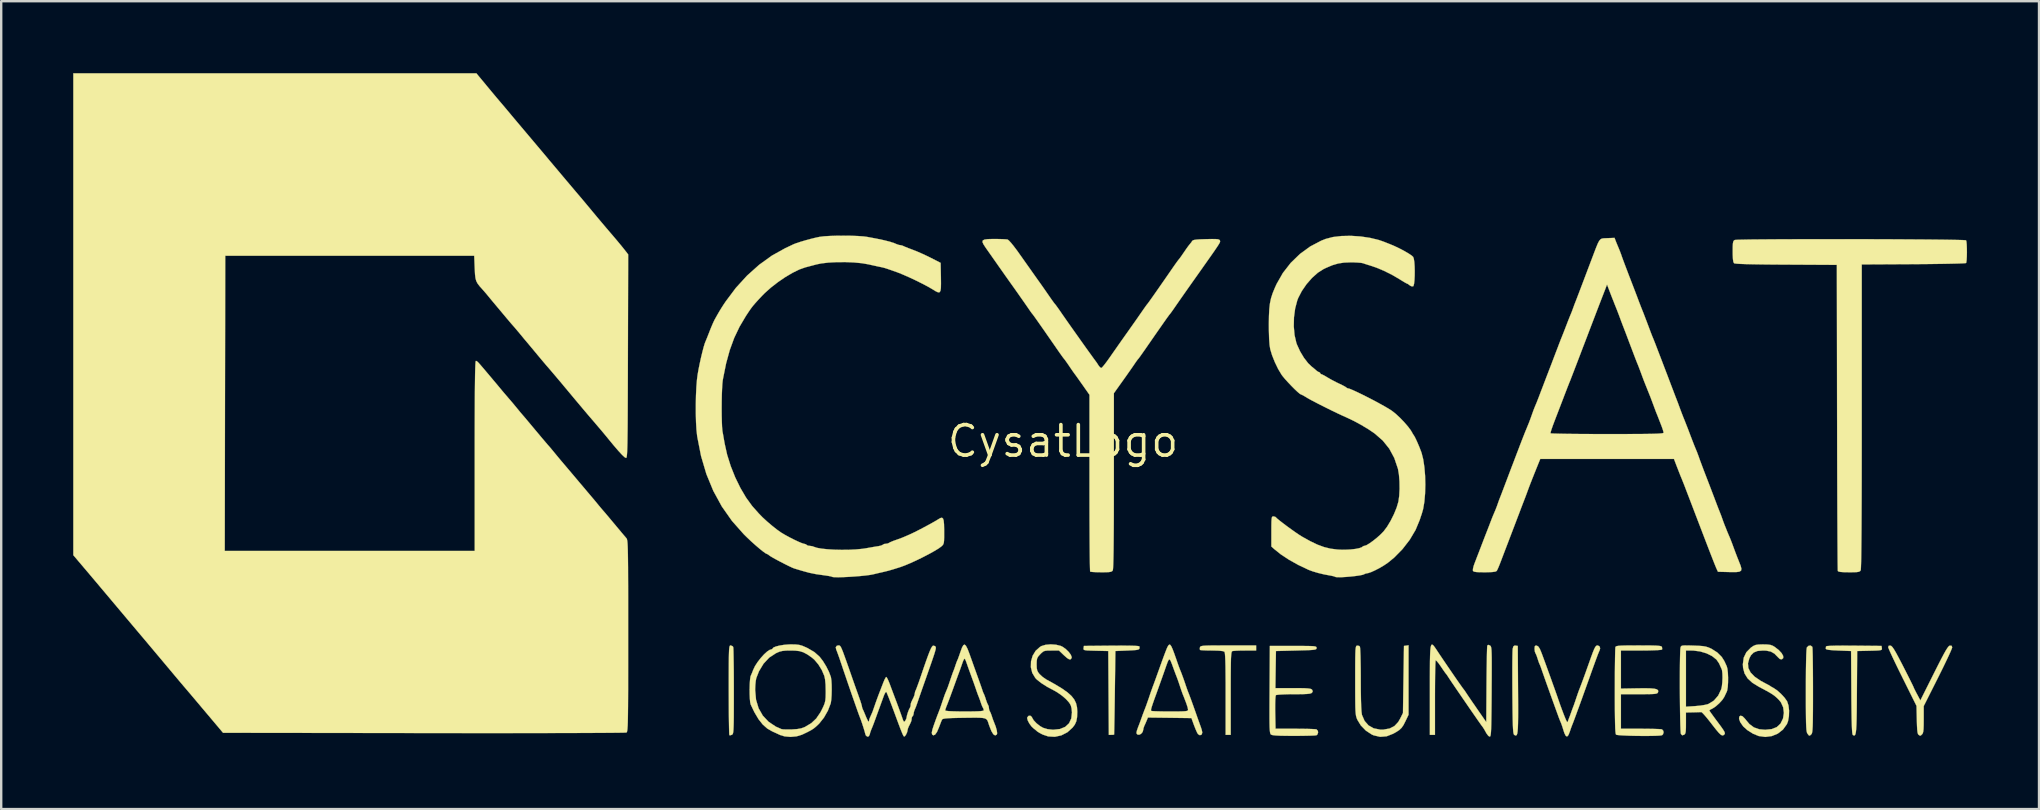
<source format=kicad_pcb>
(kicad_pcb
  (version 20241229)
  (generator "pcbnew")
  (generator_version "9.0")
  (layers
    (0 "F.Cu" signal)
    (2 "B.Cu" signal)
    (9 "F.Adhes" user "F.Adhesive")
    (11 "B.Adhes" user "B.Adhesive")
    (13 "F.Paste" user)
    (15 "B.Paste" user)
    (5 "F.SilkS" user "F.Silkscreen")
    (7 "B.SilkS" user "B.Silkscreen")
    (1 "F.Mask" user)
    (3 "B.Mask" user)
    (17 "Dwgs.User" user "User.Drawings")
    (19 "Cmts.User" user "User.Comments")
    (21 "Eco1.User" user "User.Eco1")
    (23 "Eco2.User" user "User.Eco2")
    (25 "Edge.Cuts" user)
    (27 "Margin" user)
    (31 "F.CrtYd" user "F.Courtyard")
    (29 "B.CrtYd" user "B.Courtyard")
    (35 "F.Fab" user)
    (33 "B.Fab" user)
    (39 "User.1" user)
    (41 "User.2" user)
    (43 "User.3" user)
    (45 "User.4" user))
  (footprint "CysatLogo"
    (layer "F.Cu")
    (at 41.238 15.33)
    (property "Reference" "CysatLogo" (at 0 0 0) (layer "F.SilkS") (effects (font (size 1.27 1.27) (thickness 0.15))))
    (attr through_hole)
    (fp_poly (pts (xy 18.851 8.517) (xy 18.944 8.53) (xy 18.955 10.356) (xy 18.958 10.816) (xy 18.959 11.199) (xy 18.958 11.51) (xy 18.954 11.757) (xy 18.948 11.946) (xy 18.937 12.084) (xy 18.923 12.178) (xy 18.903 12.234) (xy 18.878 12.259) (xy 18.847 12.26) (xy 18.81 12.243) (xy 18.795 12.233) (xy 18.779 12.213) (xy 18.766 12.168) (xy 18.755 12.092) (xy 18.746 11.976) (xy 18.739 11.814) (xy 18.733 11.597) (xy 18.728 11.319) (xy 18.724 10.972) (xy 18.72 10.549) (xy 18.72 10.49) (xy 18.718 10.112) (xy 18.717 9.757) (xy 18.717 9.433) (xy 18.719 9.152) (xy 18.722 8.922) (xy 18.726 8.754) (xy 18.731 8.658) (xy 18.733 8.644) (xy 18.761 8.548) (xy 18.81 8.515) (xy 18.851 8.517)) (stroke (width 0.01) (type solid)) (fill yes) (layer "F.SilkS"))
    (fp_poly (pts (xy 2.725 8.518) (xy 2.957 8.524) (xy 3.109 8.533) (xy 3.177 8.546) (xy 3.181 8.551) (xy 3.187 8.613) (xy 3.175 8.656) (xy 3.131 8.683) (xy 3.041 8.7) (xy 2.893 8.711) (xy 2.688 8.721) (xy 2.18 8.742) (xy 2.157 10.477) (xy 2.152 10.852) (xy 2.147 11.199) (xy 2.142 11.51) (xy 2.137 11.776) (xy 2.133 11.989) (xy 2.129 12.138) (xy 2.127 12.215) (xy 2.126 12.224) (xy 2.082 12.232) (xy 2.011 12.234) (xy 1.906 12.234) (xy 1.895 10.488) (xy 1.884 8.742) (xy 1.362 8.73) (xy 1.145 8.724) (xy 0.999 8.718) (xy 0.911 8.707) (xy 0.866 8.689) (xy 0.852 8.662) (xy 0.854 8.624) (xy 0.868 8.53) (xy 2.021 8.519) (xy 2.412 8.517) (xy 2.725 8.518)) (stroke (width 0.01) (type solid)) (fill yes) (layer "F.SilkS"))
    (fp_poly (pts (xy -13.768 8.54) (xy -13.742 8.576) (xy -13.736 8.632) (xy -13.731 8.763) (xy -13.727 8.96) (xy -13.723 9.214) (xy -13.719 9.516) (xy -13.717 9.857) (xy -13.716 10.227) (xy -13.716 10.416) (xy -13.716 10.85) (xy -13.717 11.208) (xy -13.718 11.496) (xy -13.721 11.723) (xy -13.726 11.896) (xy -13.732 12.022) (xy -13.74 12.111) (xy -13.751 12.169) (xy -13.765 12.203) (xy -13.782 12.223) (xy -13.795 12.231) (xy -13.87 12.255) (xy -13.901 12.247) (xy -13.907 12.2) (xy -13.912 12.078) (xy -13.916 11.888) (xy -13.92 11.64) (xy -13.924 11.342) (xy -13.926 11.003) (xy -13.927 10.631) (xy -13.928 10.365) (xy -13.928 9.92) (xy -13.927 9.553) (xy -13.926 9.255) (xy -13.923 9.02) (xy -13.919 8.841) (xy -13.914 8.709) (xy -13.906 8.617) (xy -13.896 8.559) (xy -13.884 8.527) (xy -13.868 8.512) (xy -13.849 8.509) (xy -13.848 8.509) (xy -13.768 8.54)) (stroke (width 0.01) (type solid)) (fill yes) (layer "F.SilkS"))
    (fp_poly (pts (xy 31.208 8.56) (xy 31.216 8.576) (xy 31.222 8.632) (xy 31.227 8.763) (xy 31.232 8.96) (xy 31.235 9.214) (xy 31.239 9.515) (xy 31.241 9.855) (xy 31.242 10.224) (xy 31.242 10.393) (xy 31.242 10.83) (xy 31.241 11.19) (xy 31.238 11.48) (xy 31.235 11.709) (xy 31.23 11.883) (xy 31.222 12.012) (xy 31.213 12.102) (xy 31.201 12.16) (xy 31.186 12.196) (xy 31.175 12.21) (xy 31.114 12.265) (xy 31.073 12.261) (xy 31.02 12.194) (xy 31.012 12.183) (xy 30.995 12.15) (xy 30.981 12.098) (xy 30.97 12.019) (xy 30.962 11.905) (xy 30.955 11.749) (xy 30.951 11.543) (xy 30.948 11.278) (xy 30.946 10.947) (xy 30.946 10.542) (xy 30.946 10.381) (xy 30.947 9.905) (xy 30.95 9.497) (xy 30.956 9.161) (xy 30.963 8.899) (xy 30.972 8.715) (xy 30.984 8.611) (xy 30.989 8.591) (xy 31.058 8.525) (xy 31.143 8.514) (xy 31.208 8.56)) (stroke (width 0.01) (type solid)) (fill yes) (layer "F.SilkS"))
    (fp_poly (pts (xy 32.825 8.518) (xy 32.946 8.519) (xy 34.099 8.53) (xy 34.113 8.624) (xy 34.115 8.663) (xy 34.1 8.69) (xy 34.054 8.707) (xy 33.964 8.718) (xy 33.815 8.725) (xy 33.605 8.73) (xy 33.084 8.742) (xy 33.072 10.462) (xy 33.069 10.909) (xy 33.065 11.279) (xy 33.06 11.577) (xy 33.053 11.811) (xy 33.043 11.988) (xy 33.03 12.115) (xy 33.013 12.198) (xy 32.992 12.245) (xy 32.965 12.262) (xy 32.933 12.256) (xy 32.903 12.24) (xy 32.889 12.209) (xy 32.877 12.131) (xy 32.868 12) (xy 32.86 11.81) (xy 32.853 11.556) (xy 32.848 11.234) (xy 32.843 10.836) (xy 32.841 10.475) (xy 32.83 8.742) (xy 32.3 8.721) (xy 32.063 8.709) (xy 31.902 8.694) (xy 31.809 8.675) (xy 31.776 8.651) (xy 31.775 8.647) (xy 31.784 8.563) (xy 31.786 8.551) (xy 31.83 8.536) (xy 31.958 8.526) (xy 32.167 8.52) (xy 32.457 8.517) (xy 32.825 8.518)) (stroke (width 0.01) (type solid)) (fill yes) (layer "F.SilkS"))
    (fp_poly (pts (xy 8.043 8.721) (xy 7.581 8.721) (xy 7.386 8.723) (xy 7.218 8.729) (xy 7.099 8.738) (xy 7.052 8.746) (xy 7.035 8.76) (xy 7.022 8.792) (xy 7.011 8.85) (xy 7.002 8.942) (xy 6.995 9.074) (xy 6.991 9.255) (xy 6.988 9.493) (xy 6.986 9.794) (xy 6.985 10.166) (xy 6.985 10.503) (xy 6.985 12.234) (xy 6.773 12.234) (xy 6.773 10.528) (xy 6.773 10.07) (xy 6.77 9.691) (xy 6.767 9.386) (xy 6.761 9.149) (xy 6.753 8.974) (xy 6.744 8.856) (xy 6.731 8.79) (xy 6.723 8.771) (xy 6.65 8.745) (xy 6.495 8.728) (xy 6.261 8.721) (xy 6.2 8.721) (xy 6.009 8.719) (xy 5.851 8.713) (xy 5.743 8.705) (xy 5.705 8.697) (xy 5.695 8.642) (xy 5.703 8.591) (xy 5.713 8.567) (xy 5.735 8.548) (xy 5.777 8.534) (xy 5.851 8.523) (xy 5.964 8.516) (xy 6.127 8.512) (xy 6.35 8.51) (xy 6.641 8.509) (xy 6.884 8.509) (xy 8.043 8.509) (xy 8.043 8.721)) (stroke (width 0.01) (type solid)) (fill yes) (layer "F.SilkS"))
    (fp_poly (pts (xy 14.393 11.397) (xy 14.268 11.659) (xy 14.185 11.823) (xy 14.106 11.939) (xy 14.01 12.031) (xy 13.874 12.12) (xy 13.752 12.188) (xy 13.48 12.295) (xy 13.208 12.317) (xy 12.939 12.254) (xy 12.869 12.224) (xy 12.619 12.062) (xy 12.405 11.842) (xy 12.266 11.615) (xy 12.24 11.557) (xy 12.22 11.499) (xy 12.204 11.432) (xy 12.192 11.345) (xy 12.183 11.23) (xy 12.177 11.077) (xy 12.174 10.876) (xy 12.172 10.617) (xy 12.171 10.291) (xy 12.171 9.97) (xy 12.171 9.583) (xy 12.172 9.272) (xy 12.174 9.029) (xy 12.178 8.845) (xy 12.183 8.712) (xy 12.192 8.622) (xy 12.203 8.565) (xy 12.218 8.534) (xy 12.236 8.52) (xy 12.25 8.516) (xy 12.334 8.529) (xy 12.366 8.558) (xy 12.375 8.613) (xy 12.383 8.742) (xy 12.391 8.934) (xy 12.396 9.179) (xy 12.401 9.464) (xy 12.403 9.781) (xy 12.403 9.922) (xy 12.405 10.38) (xy 12.411 10.756) (xy 12.42 11.05) (xy 12.433 11.261) (xy 12.449 11.388) (xy 12.453 11.404) (xy 12.562 11.654) (xy 12.726 11.841) (xy 12.942 11.963) (xy 13.203 12.015) (xy 13.351 12.015) (xy 13.606 11.97) (xy 13.805 11.868) (xy 13.961 11.701) (xy 14.045 11.557) (xy 14.161 11.324) (xy 14.203 8.53) (xy 14.393 8.503) (xy 14.393 11.397)) (stroke (width 0.01) (type solid)) (fill yes) (layer "F.SilkS"))
    (fp_poly (pts (xy 37.021 8.525) (xy 37.042 8.59) (xy 37.042 8.591) (xy 37.023 8.65) (xy 36.971 8.774) (xy 36.889 8.953) (xy 36.783 9.178) (xy 36.657 9.439) (xy 36.515 9.725) (xy 36.449 9.858) (xy 35.856 11.036) (xy 35.856 11.59) (xy 35.854 11.828) (xy 35.848 11.996) (xy 35.835 12.107) (xy 35.814 12.176) (xy 35.79 12.21) (xy 35.734 12.263) (xy 35.699 12.268) (xy 35.645 12.235) (xy 35.618 12.201) (xy 35.598 12.13) (xy 35.584 12.01) (xy 35.575 11.829) (xy 35.569 11.612) (xy 35.556 11.028) (xy 34.966 9.84) (xy 34.82 9.545) (xy 34.687 9.272) (xy 34.572 9.03) (xy 34.479 8.83) (xy 34.413 8.682) (xy 34.379 8.595) (xy 34.375 8.578) (xy 34.4 8.522) (xy 34.47 8.517) (xy 34.509 8.534) (xy 34.556 8.583) (xy 34.617 8.671) (xy 34.697 8.806) (xy 34.801 8.998) (xy 34.935 9.254) (xy 34.998 9.377) (xy 35.123 9.622) (xy 35.234 9.841) (xy 35.325 10.024) (xy 35.391 10.158) (xy 35.427 10.234) (xy 35.432 10.247) (xy 35.451 10.293) (xy 35.5 10.392) (xy 35.569 10.525) (xy 35.575 10.535) (xy 35.716 10.8) (xy 36.284 9.665) (xy 36.452 9.332) (xy 36.587 9.068) (xy 36.694 8.866) (xy 36.778 8.717) (xy 36.842 8.616) (xy 36.89 8.553) (xy 36.928 8.523) (xy 36.947 8.517) (xy 37.021 8.525)) (stroke (width 0.01) (type solid)) (fill yes) (layer "F.SilkS"))
    (fp_poly (pts (xy 24.292 8.51) (xy 24.528 8.512) (xy 24.699 8.517) (xy 24.817 8.525) (xy 24.891 8.537) (xy 24.933 8.553) (xy 24.951 8.575) (xy 24.951 8.576) (xy 24.961 8.656) (xy 24.953 8.682) (xy 24.905 8.694) (xy 24.786 8.704) (xy 24.609 8.712) (xy 24.386 8.718) (xy 24.131 8.721) (xy 24.085 8.721) (xy 23.241 8.721) (xy 23.241 10.308) (xy 23.95 10.296) (xy 24.252 10.293) (xy 24.478 10.298) (xy 24.637 10.312) (xy 24.737 10.338) (xy 24.787 10.377) (xy 24.795 10.43) (xy 24.784 10.468) (xy 24.766 10.494) (xy 24.729 10.513) (xy 24.659 10.527) (xy 24.547 10.535) (xy 24.379 10.539) (xy 24.144 10.541) (xy 23.998 10.541) (xy 23.241 10.541) (xy 23.241 11.98) (xy 24.063 11.98) (xy 24.322 11.982) (xy 24.554 11.985) (xy 24.746 11.991) (xy 24.883 11.997) (xy 24.95 12.005) (xy 24.952 12.006) (xy 25.005 12.064) (xy 25.019 12.129) (xy 24.993 12.215) (xy 24.952 12.251) (xy 24.877 12.263) (xy 24.738 12.272) (xy 24.547 12.277) (xy 24.322 12.28) (xy 24.077 12.279) (xy 23.827 12.276) (xy 23.587 12.27) (xy 23.373 12.261) (xy 23.2 12.251) (xy 23.083 12.238) (xy 23.038 12.226) (xy 23.024 12.189) (xy 23.013 12.105) (xy 23.004 11.969) (xy 22.998 11.773) (xy 22.993 11.514) (xy 22.989 11.186) (xy 22.987 10.782) (xy 22.987 10.409) (xy 22.988 10.028) (xy 22.989 9.673) (xy 22.992 9.351) (xy 22.996 9.074) (xy 23 8.848) (xy 23.005 8.685) (xy 23.01 8.592) (xy 23.013 8.576) (xy 23.03 8.554) (xy 23.071 8.537) (xy 23.144 8.525) (xy 23.261 8.517) (xy 23.431 8.512) (xy 23.666 8.51) (xy 23.974 8.509) (xy 23.982 8.509) (xy 24.292 8.51)) (stroke (width 0.01) (type solid)) (fill yes) (layer "F.SilkS"))
    (fp_poly (pts (xy 9.9 8.53) (xy 10.136 8.532) (xy 10.309 8.535) (xy 10.427 8.541) (xy 10.501 8.551) (xy 10.542 8.566) (xy 10.559 8.586) (xy 10.562 8.613) (xy 10.562 8.615) (xy 10.558 8.644) (xy 10.54 8.666) (xy 10.496 8.682) (xy 10.415 8.694) (xy 10.287 8.703) (xy 10.101 8.71) (xy 9.845 8.717) (xy 9.716 8.721) (xy 8.869 8.742) (xy 8.857 9.514) (xy 8.846 10.287) (xy 9.582 10.287) (xy 9.859 10.288) (xy 10.062 10.292) (xy 10.204 10.301) (xy 10.296 10.314) (xy 10.35 10.333) (xy 10.372 10.351) (xy 10.403 10.418) (xy 10.372 10.477) (xy 10.337 10.502) (xy 10.272 10.519) (xy 10.164 10.531) (xy 10.002 10.538) (xy 9.774 10.541) (xy 9.613 10.541) (xy 9.375 10.543) (xy 9.167 10.55) (xy 9.003 10.559) (xy 8.898 10.571) (xy 8.867 10.581) (xy 8.853 10.637) (xy 8.843 10.764) (xy 8.838 10.949) (xy 8.837 11.179) (xy 8.839 11.301) (xy 8.852 11.98) (xy 9.672 11.98) (xy 9.93 11.982) (xy 10.162 11.985) (xy 10.354 11.991) (xy 10.49 11.998) (xy 10.557 12.005) (xy 10.559 12.006) (xy 10.612 12.064) (xy 10.626 12.129) (xy 10.6 12.215) (xy 10.559 12.251) (xy 10.498 12.259) (xy 10.366 12.266) (xy 10.176 12.271) (xy 9.944 12.275) (xy 9.681 12.277) (xy 9.614 12.277) (xy 9.285 12.275) (xy 9.033 12.27) (xy 8.851 12.26) (xy 8.733 12.246) (xy 8.67 12.227) (xy 8.665 12.224) (xy 8.647 12.206) (xy 8.633 12.174) (xy 8.622 12.122) (xy 8.613 12.041) (xy 8.606 11.924) (xy 8.602 11.763) (xy 8.6 11.552) (xy 8.6 11.281) (xy 8.601 10.943) (xy 8.603 10.532) (xy 8.604 10.351) (xy 8.615 8.53) (xy 9.588 8.53) (xy 9.9 8.53)) (stroke (width 0.01) (type solid)) (fill yes) (layer "F.SilkS"))
    (fp_poly (pts (xy 29.348 8.471) (xy 29.472 8.488) (xy 29.569 8.523) (xy 29.651 8.573) (xy 29.818 8.703) (xy 29.937 8.831) (xy 30 8.945) (xy 30.004 9.035) (xy 29.944 9.089) (xy 29.862 9.076) (xy 29.781 8.999) (xy 29.639 8.853) (xy 29.486 8.765) (xy 29.294 8.726) (xy 29.157 8.721) (xy 28.936 8.739) (xy 28.776 8.802) (xy 28.66 8.917) (xy 28.591 9.047) (xy 28.534 9.257) (xy 28.55 9.451) (xy 28.642 9.635) (xy 28.812 9.811) (xy 29.063 9.983) (xy 29.273 10.096) (xy 29.381 10.152) (xy 29.452 10.193) (xy 29.464 10.202) (xy 29.513 10.235) (xy 29.603 10.284) (xy 29.606 10.286) (xy 29.749 10.382) (xy 29.907 10.523) (xy 30.053 10.68) (xy 30.157 10.825) (xy 30.166 10.84) (xy 30.222 11.011) (xy 30.247 11.228) (xy 30.24 11.457) (xy 30.203 11.667) (xy 30.155 11.79) (xy 29.99 12.017) (xy 29.775 12.184) (xy 29.525 12.286) (xy 29.256 12.321) (xy 28.981 12.284) (xy 28.744 12.187) (xy 28.507 12.037) (xy 28.336 11.883) (xy 28.215 11.71) (xy 28.213 11.708) (xy 28.163 11.57) (xy 28.172 11.476) (xy 28.224 11.436) (xy 28.307 11.46) (xy 28.405 11.558) (xy 28.412 11.568) (xy 28.592 11.783) (xy 28.782 11.924) (xy 29 12.001) (xy 29.252 12.023) (xy 29.523 11.995) (xy 29.733 11.912) (xy 29.886 11.77) (xy 29.893 11.76) (xy 29.995 11.551) (xy 30.03 11.319) (xy 30.001 11.088) (xy 29.907 10.88) (xy 29.829 10.784) (xy 29.74 10.695) (xy 29.658 10.623) (xy 29.569 10.557) (xy 29.457 10.486) (xy 29.306 10.401) (xy 29.103 10.292) (xy 28.992 10.234) (xy 28.716 10.064) (xy 28.519 9.882) (xy 28.392 9.678) (xy 28.33 9.443) (xy 28.321 9.292) (xy 28.357 9.021) (xy 28.467 8.793) (xy 28.65 8.606) (xy 28.667 8.593) (xy 28.766 8.527) (xy 28.857 8.489) (xy 28.968 8.472) (xy 29.13 8.467) (xy 29.168 8.467) (xy 29.348 8.471)) (stroke (width 0.01) (type solid)) (fill yes) (layer "F.SilkS"))
    (fp_poly (pts (xy -0.293 8.48) (xy -0.097 8.529) (xy -0.025 8.563) (xy 0.112 8.659) (xy 0.232 8.776) (xy 0.32 8.893) (xy 0.36 8.992) (xy 0.357 9.031) (xy 0.318 9.088) (xy 0.257 9.09) (xy 0.165 9.033) (xy 0.031 8.914) (xy 0.028 8.911) (xy -0.171 8.721) (xy -0.486 8.721) (xy -0.649 8.723) (xy -0.755 8.735) (xy -0.83 8.766) (xy -0.901 8.826) (xy -0.95 8.875) (xy -1.034 8.968) (xy -1.079 9.049) (xy -1.097 9.151) (xy -1.101 9.297) (xy -1.096 9.455) (xy -1.074 9.56) (xy -1.026 9.646) (xy -0.978 9.704) (xy -0.856 9.818) (xy -0.714 9.918) (xy -0.693 9.93) (xy -0.333 10.129) (xy -0.044 10.304) (xy 0.181 10.463) (xy 0.348 10.612) (xy 0.466 10.761) (xy 0.541 10.916) (xy 0.581 11.085) (xy 0.593 11.275) (xy 0.593 11.275) (xy 0.584 11.5) (xy 0.553 11.668) (xy 0.491 11.806) (xy 0.398 11.931) (xy 0.181 12.127) (xy -0.071 12.256) (xy -0.342 12.315) (xy -0.617 12.3) (xy -0.847 12.223) (xy -0.97 12.159) (xy -1.065 12.1) (xy -1.092 12.078) (xy -1.174 12.008) (xy -1.224 11.971) (xy -1.318 11.881) (xy -1.406 11.76) (xy -1.471 11.636) (xy -1.496 11.535) (xy -1.494 11.515) (xy -1.443 11.446) (xy -1.368 11.435) (xy -1.304 11.485) (xy -1.293 11.51) (xy -1.226 11.625) (xy -1.107 11.752) (xy -0.96 11.868) (xy -0.832 11.941) (xy -0.646 11.997) (xy -0.428 12.021) (xy -0.409 12.022) (xy -0.13 11.992) (xy 0.09 11.901) (xy 0.249 11.753) (xy 0.343 11.551) (xy 0.371 11.299) (xy 0.354 11.131) (xy 0.323 11.009) (xy 0.26 10.899) (xy 0.149 10.774) (xy 0.108 10.732) (xy -0.048 10.599) (xy -0.229 10.471) (xy -0.361 10.394) (xy -0.662 10.234) (xy -0.908 10.077) (xy -1.091 9.933) (xy -1.157 9.864) (xy -1.283 9.654) (xy -1.341 9.418) (xy -1.335 9.174) (xy -1.268 8.94) (xy -1.143 8.733) (xy -0.963 8.572) (xy -0.902 8.536) (xy -0.73 8.483) (xy -0.515 8.464) (xy -0.293 8.48)) (stroke (width 0.01) (type solid)) (fill yes) (layer "F.SilkS"))
    (fp_poly (pts (xy 32.306 -8.416) (xy 32.86 -8.415) (xy 33.413 -8.414) (xy 33.959 -8.413) (xy 34.492 -8.411) (xy 35.004 -8.408) (xy 35.489 -8.405) (xy 35.941 -8.402) (xy 36.353 -8.398) (xy 36.718 -8.394) (xy 37.031 -8.389) (xy 37.284 -8.384) (xy 37.471 -8.379) (xy 37.585 -8.373) (xy 37.62 -8.368) (xy 37.636 -8.311) (xy 37.647 -8.192) (xy 37.653 -8.033) (xy 37.655 -7.857) (xy 37.651 -7.685) (xy 37.643 -7.541) (xy 37.63 -7.446) (xy 37.62 -7.422) (xy 37.572 -7.415) (xy 37.448 -7.408) (xy 37.255 -7.401) (xy 37.001 -7.395) (xy 36.696 -7.389) (xy 36.346 -7.384) (xy 35.961 -7.379) (xy 35.547 -7.376) (xy 35.429 -7.375) (xy 33.274 -7.364) (xy 33.274 -1.033) (xy 33.274 -0.049) (xy 33.273 0.852) (xy 33.272 1.669) (xy 33.27 2.404) (xy 33.267 3.055) (xy 33.264 3.626) (xy 33.26 4.115) (xy 33.256 4.523) (xy 33.252 4.851) (xy 33.246 5.1) (xy 33.24 5.27) (xy 33.234 5.362) (xy 33.23 5.379) (xy 33.202 5.416) (xy 33.154 5.44) (xy 33.069 5.454) (xy 32.932 5.46) (xy 32.742 5.461) (xy 32.52 5.457) (xy 32.373 5.446) (xy 32.295 5.425) (xy 32.278 5.408) (xy 32.275 5.36) (xy 32.273 5.233) (xy 32.27 5.03) (xy 32.268 4.756) (xy 32.266 4.417) (xy 32.263 4.016) (xy 32.261 3.558) (xy 32.258 3.049) (xy 32.256 2.492) (xy 32.254 1.893) (xy 32.252 1.256) (xy 32.25 0.586) (xy 32.249 -0.113) (xy 32.248 -0.835) (xy 32.247 -0.995) (xy 32.237 -7.345) (xy 30.124 -7.356) (xy 29.585 -7.359) (xy 29.128 -7.364) (xy 28.751 -7.37) (xy 28.449 -7.377) (xy 28.222 -7.385) (xy 28.065 -7.395) (xy 27.976 -7.406) (xy 27.954 -7.414) (xy 27.926 -7.468) (xy 27.908 -7.582) (xy 27.899 -7.764) (xy 27.898 -7.899) (xy 27.899 -8.098) (xy 27.906 -8.23) (xy 27.92 -8.31) (xy 27.946 -8.356) (xy 27.981 -8.381) (xy 28.034 -8.387) (xy 28.164 -8.393) (xy 28.366 -8.397) (xy 28.632 -8.402) (xy 28.957 -8.405) (xy 29.333 -8.408) (xy 29.754 -8.411) (xy 30.213 -8.413) (xy 30.705 -8.414) (xy 31.222 -8.415) (xy 31.757 -8.416) (xy 32.306 -8.416)) (stroke (width 0.01) (type solid)) (fill yes) (layer "F.SilkS"))
    (fp_poly (pts (xy 15.398 8.482) (xy 15.443 8.526) (xy 15.498 8.601) (xy 15.565 8.7) (xy 15.599 8.752) (xy 15.715 8.927) (xy 15.852 9.129) (xy 16 9.347) (xy 16.151 9.568) (xy 16.298 9.782) (xy 16.431 9.975) (xy 16.543 10.135) (xy 16.626 10.252) (xy 16.671 10.312) (xy 16.674 10.316) (xy 16.727 10.385) (xy 16.793 10.484) (xy 16.794 10.486) (xy 16.844 10.562) (xy 16.933 10.693) (xy 17.048 10.862) (xy 17.181 11.054) (xy 17.251 11.156) (xy 17.632 11.705) (xy 17.642 10.139) (xy 17.645 9.781) (xy 17.649 9.45) (xy 17.654 9.153) (xy 17.658 8.902) (xy 17.663 8.706) (xy 17.668 8.575) (xy 17.673 8.518) (xy 17.674 8.518) (xy 17.709 8.485) (xy 17.78 8.509) (xy 17.8 8.522) (xy 17.817 8.542) (xy 17.831 8.576) (xy 17.841 8.632) (xy 17.849 8.717) (xy 17.854 8.84) (xy 17.858 9.007) (xy 17.859 9.226) (xy 17.859 9.504) (xy 17.858 9.85) (xy 17.855 10.271) (xy 17.855 10.426) (xy 17.852 10.878) (xy 17.848 11.253) (xy 17.844 11.557) (xy 17.84 11.798) (xy 17.834 11.983) (xy 17.827 12.118) (xy 17.818 12.211) (xy 17.807 12.269) (xy 17.794 12.3) (xy 17.78 12.309) (xy 17.721 12.28) (xy 17.646 12.183) (xy 17.612 12.123) (xy 17.544 12.002) (xy 17.484 11.908) (xy 17.461 11.879) (xy 17.428 11.835) (xy 17.355 11.732) (xy 17.249 11.581) (xy 17.118 11.392) (xy 16.968 11.176) (xy 16.809 10.944) (xy 16.646 10.707) (xy 16.487 10.475) (xy 16.34 10.26) (xy 16.212 10.072) (xy 16.111 9.921) (xy 16.044 9.819) (xy 16.023 9.786) (xy 15.976 9.717) (xy 15.956 9.694) (xy 15.922 9.651) (xy 15.855 9.556) (xy 15.767 9.427) (xy 15.741 9.388) (xy 15.65 9.259) (xy 15.575 9.168) (xy 15.529 9.129) (xy 15.522 9.13) (xy 15.516 9.177) (xy 15.51 9.3) (xy 15.505 9.488) (xy 15.5 9.731) (xy 15.497 10.021) (xy 15.495 10.347) (xy 15.494 10.696) (xy 15.494 12.234) (xy 15.282 12.234) (xy 15.282 10.351) (xy 15.282 9.876) (xy 15.283 9.482) (xy 15.285 9.161) (xy 15.291 8.908) (xy 15.3 8.719) (xy 15.314 8.587) (xy 15.335 8.507) (xy 15.362 8.474) (xy 15.398 8.482)) (stroke (width 0.01) (type solid)) (fill yes) (layer "F.SilkS"))
    (fp_poly (pts (xy 22.346 8.543) (xy 22.376 8.625) (xy 22.355 8.712) (xy 22.334 8.754) (xy 22.307 8.819) (xy 22.269 8.915) (xy 22.219 9.05) (xy 22.152 9.233) (xy 22.065 9.473) (xy 21.956 9.778) (xy 21.865 10.033) (xy 21.772 10.292) (xy 21.683 10.539) (xy 21.605 10.758) (xy 21.542 10.93) (xy 21.503 11.038) (xy 21.439 11.211) (xy 21.368 11.406) (xy 21.332 11.504) (xy 21.278 11.65) (xy 21.231 11.773) (xy 21.207 11.832) (xy 21.172 11.924) (xy 21.127 12.054) (xy 21.11 12.107) (xy 21.053 12.247) (xy 20.998 12.304) (xy 20.944 12.277) (xy 20.887 12.166) (xy 20.851 12.056) (xy 20.805 11.908) (xy 20.764 11.788) (xy 20.74 11.726) (xy 20.708 11.653) (xy 20.66 11.531) (xy 20.623 11.43) (xy 20.542 11.207) (xy 20.45 10.953) (xy 20.352 10.681) (xy 20.254 10.408) (xy 20.16 10.145) (xy 20.076 9.909) (xy 20.007 9.712) (xy 19.957 9.569) (xy 19.935 9.504) (xy 19.894 9.388) (xy 19.86 9.305) (xy 19.853 9.292) (xy 19.826 9.228) (xy 19.788 9.117) (xy 19.77 9.059) (xy 19.729 8.937) (xy 19.69 8.849) (xy 19.678 8.829) (xy 19.654 8.761) (xy 19.643 8.653) (xy 19.643 8.646) (xy 19.651 8.549) (xy 19.685 8.515) (xy 19.732 8.517) (xy 19.796 8.551) (xy 19.859 8.644) (xy 19.919 8.784) (xy 19.971 8.92) (xy 20.043 9.116) (xy 20.13 9.354) (xy 20.225 9.617) (xy 20.324 9.889) (xy 20.418 10.153) (xy 20.504 10.392) (xy 20.574 10.59) (xy 20.622 10.729) (xy 20.63 10.753) (xy 20.708 10.978) (xy 20.803 11.236) (xy 20.869 11.409) (xy 20.936 11.574) (xy 20.98 11.67) (xy 21.008 11.706) (xy 21.025 11.692) (xy 21.027 11.684) (xy 21.059 11.592) (xy 21.081 11.536) (xy 21.119 11.438) (xy 21.163 11.313) (xy 21.167 11.303) (xy 21.211 11.179) (xy 21.25 11.076) (xy 21.253 11.07) (xy 21.284 10.987) (xy 21.33 10.854) (xy 21.378 10.71) (xy 21.43 10.557) (xy 21.476 10.426) (xy 21.504 10.351) (xy 21.562 10.203) (xy 21.645 9.981) (xy 21.752 9.688) (xy 21.879 9.33) (xy 21.908 9.25) (xy 22.001 8.988) (xy 22.072 8.796) (xy 22.126 8.663) (xy 22.169 8.579) (xy 22.206 8.532) (xy 22.241 8.512) (xy 22.27 8.509) (xy 22.346 8.543)) (stroke (width 0.01) (type solid)) (fill yes) (layer "F.SilkS"))
    (fp_poly (pts (xy 26.053 8.51) (xy 26.263 8.516) (xy 26.489 8.525) (xy 26.653 8.537) (xy 26.776 8.558) (xy 26.881 8.59) (xy 26.991 8.638) (xy 27.021 8.653) (xy 27.255 8.802) (xy 27.442 8.989) (xy 27.548 9.157) (xy 27.598 9.265) (xy 27.648 9.372) (xy 27.678 9.482) (xy 27.697 9.649) (xy 27.706 9.849) (xy 27.704 10.055) (xy 27.692 10.242) (xy 27.669 10.384) (xy 27.654 10.43) (xy 27.593 10.558) (xy 27.548 10.654) (xy 27.466 10.778) (xy 27.34 10.917) (xy 27.196 11.045) (xy 27.064 11.134) (xy 27.045 11.143) (xy 26.961 11.186) (xy 26.924 11.217) (xy 26.924 11.218) (xy 26.948 11.258) (xy 27.014 11.352) (xy 27.113 11.488) (xy 27.234 11.652) (xy 27.269 11.698) (xy 27.407 11.884) (xy 27.499 12.016) (xy 27.552 12.104) (xy 27.572 12.162) (xy 27.565 12.2) (xy 27.548 12.221) (xy 27.504 12.254) (xy 27.457 12.258) (xy 27.398 12.225) (xy 27.318 12.149) (xy 27.21 12.022) (xy 27.064 11.836) (xy 26.996 11.747) (xy 26.863 11.578) (xy 26.746 11.438) (xy 26.654 11.337) (xy 26.599 11.289) (xy 26.592 11.286) (xy 26.527 11.289) (xy 26.404 11.293) (xy 26.25 11.297) (xy 26.247 11.297) (xy 25.95 11.303) (xy 25.95 11.746) (xy 25.949 11.947) (xy 25.942 12.08) (xy 25.928 12.161) (xy 25.903 12.207) (xy 25.867 12.233) (xy 25.794 12.253) (xy 25.744 12.201) (xy 25.74 12.195) (xy 25.731 12.137) (xy 25.723 12.005) (xy 25.716 11.811) (xy 25.71 11.564) (xy 25.705 11.278) (xy 25.701 10.962) (xy 25.698 10.627) (xy 25.696 10.285) (xy 25.696 9.946) (xy 25.697 9.622) (xy 25.699 9.324) (xy 25.703 9.062) (xy 25.708 8.848) (xy 25.713 8.721) (xy 25.95 8.721) (xy 25.95 11.062) (xy 26.343 11.036) (xy 26.536 11.018) (xy 26.715 10.991) (xy 26.849 10.96) (xy 26.883 10.949) (xy 27.113 10.808) (xy 27.293 10.6) (xy 27.421 10.331) (xy 27.448 10.208) (xy 27.465 10.041) (xy 27.473 9.857) (xy 27.469 9.684) (xy 27.454 9.548) (xy 27.437 9.493) (xy 27.396 9.406) (xy 27.343 9.287) (xy 27.334 9.264) (xy 27.221 9.099) (xy 27.04 8.955) (xy 26.808 8.839) (xy 26.54 8.759) (xy 26.252 8.722) (xy 26.181 8.721) (xy 25.95 8.721) (xy 25.713 8.721) (xy 25.714 8.692) (xy 25.723 8.606) (xy 25.724 8.6) (xy 25.738 8.558) (xy 25.763 8.531) (xy 25.814 8.515) (xy 25.906 8.509) (xy 26.053 8.51)) (stroke (width 0.01) (type solid)) (fill yes) (layer "F.SilkS"))
    (fp_poly (pts (xy -11.142 8.47) (xy -11 8.485) (xy -10.874 8.519) (xy -10.728 8.581) (xy -10.646 8.619) (xy -10.36 8.786) (xy -10.143 8.979) (xy -10.004 9.159) (xy -9.869 9.379) (xy -9.754 9.608) (xy -9.677 9.812) (xy -9.669 9.842) (xy -9.651 9.971) (xy -9.64 10.155) (xy -9.638 10.367) (xy -9.643 10.581) (xy -9.656 10.77) (xy -9.676 10.907) (xy -9.681 10.927) (xy -9.797 11.227) (xy -9.961 11.515) (xy -10.154 11.758) (xy -10.185 11.79) (xy -10.294 11.892) (xy -10.393 11.973) (xy -10.503 12.043) (xy -10.645 12.118) (xy -10.84 12.211) (xy -10.882 12.23) (xy -11.103 12.297) (xy -11.355 12.32) (xy -11.601 12.298) (xy -11.79 12.24) (xy -11.94 12.17) (xy -12.09 12.102) (xy -12.113 12.092) (xy -12.322 11.972) (xy -12.511 11.805) (xy -12.688 11.581) (xy -12.86 11.291) (xy -13.014 10.97) (xy -13.035 10.878) (xy -13.049 10.724) (xy -13.057 10.531) (xy -13.058 10.372) (xy -12.827 10.372) (xy -12.791 10.771) (xy -12.684 11.126) (xy -12.509 11.434) (xy -12.267 11.691) (xy -11.962 11.894) (xy -11.726 11.997) (xy -11.657 12.006) (xy -11.526 12.011) (xy -11.36 12.01) (xy -11.303 12.009) (xy -11.077 11.994) (xy -10.906 11.963) (xy -10.761 11.908) (xy -10.747 11.902) (xy -10.487 11.746) (xy -10.281 11.552) (xy -10.109 11.299) (xy -10.052 11.19) (xy -9.979 11.039) (xy -9.932 10.92) (xy -9.905 10.807) (xy -9.892 10.673) (xy -9.888 10.491) (xy -9.888 10.416) (xy -9.894 10.145) (xy -9.915 9.923) (xy -9.946 9.779) (xy -10.05 9.536) (xy -10.195 9.301) (xy -10.362 9.103) (xy -10.466 9.014) (xy -10.659 8.881) (xy -10.821 8.795) (xy -10.979 8.746) (xy -11.163 8.725) (xy -11.346 8.721) (xy -11.547 8.724) (xy -11.693 8.739) (xy -11.814 8.769) (xy -11.938 8.822) (xy -11.961 8.833) (xy -12.241 9.016) (xy -12.478 9.27) (xy -12.669 9.587) (xy -12.779 9.867) (xy -12.802 9.982) (xy -12.819 10.149) (xy -12.827 10.335) (xy -12.827 10.372) (xy -13.058 10.372) (xy -13.058 10.322) (xy -13.053 10.118) (xy -13.041 9.941) (xy -13.024 9.815) (xy -13.011 9.775) (xy -12.962 9.663) (xy -12.911 9.532) (xy -12.908 9.525) (xy -12.835 9.371) (xy -12.726 9.203) (xy -12.596 9.035) (xy -12.459 8.883) (xy -12.328 8.764) (xy -12.218 8.692) (xy -12.165 8.678) (xy -12.112 8.658) (xy -12.107 8.644) (xy -12.068 8.598) (xy -11.962 8.553) (xy -11.806 8.514) (xy -11.62 8.484) (xy -11.42 8.468) (xy -11.334 8.466) (xy -11.142 8.47)) (stroke (width 0.01) (type solid)) (fill yes) (layer "F.SilkS"))
    (fp_poly (pts (xy 4.464 8.483) (xy 4.509 8.544) (xy 4.563 8.663) (xy 4.633 8.847) (xy 4.723 9.103) (xy 4.744 9.165) (xy 4.796 9.314) (xy 4.842 9.44) (xy 4.867 9.504) (xy 4.933 9.669) (xy 5.009 9.875) (xy 5.081 10.081) (xy 5.107 10.16) (xy 5.153 10.294) (xy 5.193 10.406) (xy 5.205 10.435) (xy 5.253 10.557) (xy 5.324 10.745) (xy 5.412 10.989) (xy 5.514 11.275) (xy 5.546 11.367) (xy 5.612 11.555) (xy 5.675 11.731) (xy 5.725 11.869) (xy 5.739 11.907) (xy 5.779 12.03) (xy 5.799 12.131) (xy 5.8 12.146) (xy 5.77 12.227) (xy 5.7 12.25) (xy 5.623 12.206) (xy 5.623 12.206) (xy 5.581 12.135) (xy 5.525 12.009) (xy 5.464 11.855) (xy 5.457 11.838) (xy 5.348 11.536) (xy 4.441 11.524) (xy 3.535 11.513) (xy 3.479 11.651) (xy 3.429 11.768) (xy 3.385 11.861) (xy 3.384 11.863) (xy 3.349 11.965) (xy 3.343 12.012) (xy 3.315 12.115) (xy 3.248 12.194) (xy 3.167 12.232) (xy 3.092 12.217) (xy 3.068 12.189) (xy 3.059 12.146) (xy 3.073 12.069) (xy 3.116 11.942) (xy 3.175 11.79) (xy 3.212 11.692) (xy 3.256 11.567) (xy 3.26 11.557) (xy 3.304 11.433) (xy 3.342 11.33) (xy 3.345 11.324) (xy 3.39 11.206) (xy 3.663 11.206) (xy 3.669 11.232) (xy 3.673 11.236) (xy 3.721 11.244) (xy 3.84 11.251) (xy 4.015 11.256) (xy 4.234 11.26) (xy 4.452 11.261) (xy 4.722 11.26) (xy 4.919 11.258) (xy 5.054 11.252) (xy 5.139 11.243) (xy 5.185 11.228) (xy 5.204 11.206) (xy 5.207 11.182) (xy 5.188 11.085) (xy 5.132 10.916) (xy 5.041 10.677) (xy 4.994 10.562) (xy 4.963 10.479) (xy 4.916 10.346) (xy 4.868 10.202) (xy 4.817 10.049) (xy 4.771 9.918) (xy 4.743 9.842) (xy 4.71 9.758) (xy 4.66 9.626) (xy 4.615 9.504) (xy 4.537 9.289) (xy 4.482 9.151) (xy 4.44 9.091) (xy 4.401 9.108) (xy 4.355 9.204) (xy 4.292 9.378) (xy 4.246 9.511) (xy 4.155 9.769) (xy 4.051 10.061) (xy 3.95 10.343) (xy 3.894 10.499) (xy 3.801 10.754) (xy 3.736 10.942) (xy 3.693 11.072) (xy 3.67 11.157) (xy 3.663 11.206) (xy 3.39 11.206) (xy 3.462 11.018) (xy 3.574 10.699) (xy 3.598 10.626) (xy 3.654 10.459) (xy 3.713 10.295) (xy 3.739 10.223) (xy 3.776 10.126) (xy 3.834 9.967) (xy 3.907 9.764) (xy 3.99 9.533) (xy 4.046 9.377) (xy 4.13 9.143) (xy 4.209 8.929) (xy 4.276 8.752) (xy 4.326 8.627) (xy 4.347 8.58) (xy 4.388 8.509) (xy 4.426 8.474) (xy 4.464 8.483)) (stroke (width 0.01) (type solid)) (fill yes) (layer "F.SilkS"))
    (fp_poly (pts (xy -4.046 8.523) (xy -3.98 8.65) (xy -3.9 8.858) (xy -3.885 8.901) (xy -3.803 9.13) (xy -3.707 9.4) (xy -3.611 9.668) (xy -3.556 9.821) (xy -3.485 10.018) (xy -3.424 10.191) (xy -3.378 10.323) (xy -3.356 10.393) (xy -3.323 10.483) (xy -3.304 10.52) (xy -3.275 10.584) (xy -3.235 10.696) (xy -3.218 10.753) (xy -3.176 10.875) (xy -3.138 10.963) (xy -3.125 10.983) (xy -3.096 11.056) (xy -3.09 11.113) (xy -3.075 11.204) (xy -3.057 11.242) (xy -3.023 11.305) (xy -2.981 11.414) (xy -2.969 11.451) (xy -2.926 11.581) (xy -2.885 11.688) (xy -2.878 11.705) (xy -2.807 11.886) (xy -2.762 12.047) (xy -2.746 12.166) (xy -2.759 12.221) (xy -2.828 12.259) (xy -2.903 12.213) (xy -2.983 12.083) (xy -3.069 11.868) (xy -3.096 11.79) (xy -3.125 11.7) (xy -3.153 11.632) (xy -3.193 11.583) (xy -3.254 11.55) (xy -3.35 11.53) (xy -3.489 11.521) (xy -3.686 11.519) (xy -3.949 11.522) (xy -4.118 11.524) (xy -4.422 11.529) (xy -4.652 11.535) (xy -4.818 11.544) (xy -4.93 11.555) (xy -4.999 11.57) (xy -5.034 11.589) (xy -5.041 11.599) (xy -5.073 11.67) (xy -5.121 11.794) (xy -5.173 11.931) (xy -5.253 12.116) (xy -5.331 12.225) (xy -5.403 12.255) (xy -5.453 12.223) (xy -5.47 12.145) (xy -5.441 12.005) (xy -5.433 11.98) (xy -5.378 11.816) (xy -5.309 11.622) (xy -5.238 11.43) (xy -5.178 11.275) (xy -5.163 11.239) (xy -5.156 11.22) (xy -4.911 11.22) (xy -4.87 11.234) (xy -4.753 11.246) (xy -4.57 11.254) (xy -4.329 11.259) (xy -4.106 11.261) (xy -3.815 11.259) (xy -3.599 11.255) (xy -3.449 11.248) (xy -3.356 11.236) (xy -3.31 11.22) (xy -3.302 11.206) (xy -3.326 11.124) (xy -3.336 11.11) (xy -3.369 11.047) (xy -3.411 10.938) (xy -3.423 10.901) (xy -3.467 10.771) (xy -3.507 10.664) (xy -3.514 10.647) (xy -3.55 10.555) (xy -3.597 10.425) (xy -3.615 10.372) (xy -3.657 10.249) (xy -3.718 10.075) (xy -3.79 9.877) (xy -3.833 9.758) (xy -3.903 9.566) (xy -3.966 9.39) (xy -4.014 9.253) (xy -4.033 9.197) (xy -4.07 9.105) (xy -4.102 9.06) (xy -4.105 9.059) (xy -4.134 9.095) (xy -4.174 9.185) (xy -4.186 9.218) (xy -4.233 9.353) (xy -4.291 9.518) (xy -4.321 9.599) (xy -4.386 9.776) (xy -4.457 9.97) (xy -4.487 10.054) (xy -4.584 10.321) (xy -4.657 10.521) (xy -4.712 10.671) (xy -4.754 10.783) (xy -4.788 10.872) (xy -4.819 10.952) (xy -4.853 11.037) (xy -4.863 11.062) (xy -4.897 11.159) (xy -4.911 11.22) (xy -5.156 11.22) (xy -5.132 11.157) (xy -5.086 11.023) (xy -5.038 10.88) (xy -4.985 10.724) (xy -4.938 10.588) (xy -4.908 10.509) (xy -4.858 10.388) (xy -4.829 10.319) (xy -4.795 10.23) (xy -4.747 10.092) (xy -4.699 9.948) (xy -4.647 9.795) (xy -4.601 9.664) (xy -4.572 9.588) (xy -4.535 9.494) (xy -4.491 9.365) (xy -4.481 9.335) (xy -4.441 9.218) (xy -4.408 9.136) (xy -4.401 9.123) (xy -4.376 9.064) (xy -4.334 8.949) (xy -4.282 8.799) (xy -4.274 8.774) (xy -4.21 8.6) (xy -4.155 8.5) (xy -4.102 8.473) (xy -4.046 8.523)) (stroke (width 0.01) (type solid)) (fill yes) (layer "F.SilkS"))
    (fp_poly (pts (xy -9.332 8.509) (xy -9.308 8.516) (xy -9.283 8.536) (xy -9.255 8.579) (xy -9.221 8.651) (xy -9.176 8.761) (xy -9.118 8.917) (xy -9.043 9.126) (xy -8.947 9.397) (xy -8.828 9.737) (xy -8.784 9.864) (xy -8.704 10.092) (xy -8.618 10.335) (xy -8.539 10.555) (xy -8.506 10.65) (xy -8.449 10.811) (xy -8.406 10.945) (xy -8.384 11.028) (xy -8.382 11.042) (xy -8.364 11.121) (xy -8.345 11.166) (xy -8.3 11.263) (xy -8.266 11.345) (xy -8.191 11.525) (xy -8.135 11.642) (xy -8.099 11.691) (xy -8.088 11.673) (xy -8.067 11.57) (xy -8.048 11.525) (xy -7.94 11.28) (xy -7.859 11.049) (xy -7.811 10.91) (xy -7.747 10.732) (xy -7.684 10.562) (xy -7.612 10.376) (xy -7.538 10.185) (xy -7.484 10.044) (xy -7.432 9.922) (xy -7.387 9.842) (xy -7.365 9.821) (xy -7.335 9.858) (xy -7.286 9.955) (xy -7.23 10.091) (xy -7.224 10.107) (xy -7.164 10.269) (xy -7.085 10.479) (xy -7 10.706) (xy -6.942 10.858) (xy -6.865 11.066) (xy -6.792 11.266) (xy -6.732 11.433) (xy -6.7 11.525) (xy -6.659 11.64) (xy -6.628 11.686) (xy -6.597 11.675) (xy -6.578 11.652) (xy -6.531 11.563) (xy -6.52 11.515) (xy -6.504 11.43) (xy -6.469 11.312) (xy -6.426 11.196) (xy -6.387 11.117) (xy -6.379 11.106) (xy -6.354 11.043) (xy -6.35 10.999) (xy -6.345 10.94) (xy -6.323 10.871) (xy -6.275 10.768) (xy -6.23 10.679) (xy -6.191 10.58) (xy -6.181 10.52) (xy -6.161 10.428) (xy -6.14 10.382) (xy -6.111 10.315) (xy -6.063 10.185) (xy -6 10.012) (xy -5.932 9.813) (xy -5.927 9.8) (xy -5.804 9.438) (xy -5.703 9.149) (xy -5.622 8.925) (xy -5.558 8.759) (xy -5.507 8.643) (xy -5.466 8.569) (xy -5.432 8.529) (xy -5.407 8.517) (xy -5.332 8.538) (xy -5.307 8.572) (xy -5.301 8.595) (xy -5.302 8.629) (xy -5.311 8.681) (xy -5.332 8.759) (xy -5.366 8.872) (xy -5.418 9.027) (xy -5.488 9.233) (xy -5.581 9.498) (xy -5.697 9.83) (xy -5.776 10.054) (xy -5.861 10.295) (xy -5.94 10.522) (xy -6.008 10.718) (xy -6.058 10.864) (xy -6.078 10.922) (xy -6.125 11.053) (xy -6.169 11.159) (xy -6.182 11.186) (xy -6.218 11.292) (xy -6.223 11.342) (xy -6.242 11.424) (xy -6.265 11.451) (xy -6.301 11.511) (xy -6.308 11.56) (xy -6.313 11.622) (xy -6.334 11.691) (xy -6.381 11.793) (xy -6.428 11.885) (xy -6.466 11.979) (xy -6.477 12.035) (xy -6.494 12.119) (xy -6.535 12.212) (xy -6.583 12.285) (xy -6.62 12.306) (xy -6.636 12.294) (xy -6.657 12.262) (xy -6.687 12.2) (xy -6.728 12.102) (xy -6.785 11.958) (xy -6.86 11.76) (xy -6.956 11.5) (xy -7.078 11.17) (xy -7.092 11.134) (xy -7.175 10.912) (xy -7.249 10.718) (xy -7.31 10.566) (xy -7.351 10.47) (xy -7.365 10.444) (xy -7.395 10.46) (xy -7.438 10.538) (xy -7.469 10.613) (xy -7.529 10.779) (xy -7.597 10.965) (xy -7.623 11.038) (xy -7.687 11.211) (xy -7.758 11.406) (xy -7.793 11.504) (xy -7.862 11.691) (xy -7.911 11.822) (xy -7.95 11.92) (xy -7.987 12.008) (xy -7.993 12.023) (xy -8.034 12.136) (xy -8.052 12.213) (xy -8.092 12.294) (xy -8.155 12.31) (xy -8.215 12.261) (xy -8.237 12.205) (xy -8.268 12.086) (xy -8.318 11.923) (xy -8.375 11.748) (xy -8.429 11.593) (xy -8.468 11.493) (xy -8.493 11.427) (xy -8.542 11.293) (xy -8.609 11.103) (xy -8.69 10.872) (xy -8.782 10.61) (xy -8.879 10.33) (xy -8.977 10.045) (xy -9.071 9.768) (xy -9.159 9.511) (xy -9.234 9.286) (xy -9.254 9.229) (xy -9.318 9.038) (xy -9.378 8.871) (xy -9.424 8.746) (xy -9.447 8.693) (xy -9.471 8.588) (xy -9.427 8.524) (xy -9.36 8.509) (xy -9.332 8.509)) (stroke (width 0.01) (type solid)) (fill yes) (layer "F.SilkS"))
    (fp_poly (pts (xy -2.647 -8.421) (xy -2.477 -8.415) (xy -2.354 -8.407) (xy -2.307 -8.4) (xy -2.254 -8.358) (xy -2.163 -8.259) (xy -2.048 -8.116) (xy -1.917 -7.943) (xy -1.863 -7.867) (xy -1.631 -7.539) (xy -1.442 -7.272) (xy -1.291 -7.058) (xy -1.171 -6.889) (xy -1.078 -6.757) (xy -1.004 -6.654) (xy -0.945 -6.571) (xy -0.923 -6.54) (xy -0.842 -6.425) (xy -0.733 -6.269) (xy -0.616 -6.1) (xy -0.584 -6.054) (xy -0.485 -5.911) (xy -0.403 -5.797) (xy -0.35 -5.727) (xy -0.339 -5.715) (xy -0.304 -5.673) (xy -0.234 -5.577) (xy -0.141 -5.446) (xy -0.093 -5.376) (xy -0.000053 -5.241) (xy 0.125 -5.062) (xy 0.273 -4.851) (xy 0.437 -4.619) (xy 0.608 -4.378) (xy 0.778 -4.138) (xy 0.939 -3.912) (xy 1.084 -3.71) (xy 1.204 -3.544) (xy 1.29 -3.425) (xy 1.335 -3.365) (xy 1.408 -3.265) (xy 1.472 -3.164) (xy 1.535 -3.083) (xy 1.59 -3.048) (xy 1.591 -3.048) (xy 1.633 -3.081) (xy 1.71 -3.171) (xy 1.814 -3.306) (xy 1.933 -3.472) (xy 1.955 -3.503) (xy 2.103 -3.716) (xy 2.279 -3.967) (xy 2.462 -4.228) (xy 2.631 -4.467) (xy 2.646 -4.487) (xy 2.801 -4.707) (xy 2.963 -4.936) (xy 3.113 -5.15) (xy 3.234 -5.325) (xy 3.255 -5.355) (xy 3.357 -5.502) (xy 3.442 -5.622) (xy 3.498 -5.698) (xy 3.513 -5.715) (xy 3.546 -5.758) (xy 3.624 -5.866) (xy 3.744 -6.035) (xy 3.903 -6.262) (xy 4.098 -6.542) (xy 4.326 -6.87) (xy 4.566 -7.218) (xy 4.669 -7.365) (xy 4.755 -7.485) (xy 4.812 -7.56) (xy 4.827 -7.578) (xy 4.862 -7.621) (xy 4.93 -7.716) (xy 5.018 -7.844) (xy 5.039 -7.874) (xy 5.134 -8.013) (xy 5.217 -8.128) (xy 5.272 -8.198) (xy 5.278 -8.204) (xy 5.347 -8.29) (xy 5.372 -8.331) (xy 5.401 -8.362) (xy 5.457 -8.383) (xy 5.554 -8.398) (xy 5.706 -8.409) (xy 5.927 -8.416) (xy 5.96 -8.417) (xy 6.188 -8.422) (xy 6.345 -8.421) (xy 6.445 -8.413) (xy 6.502 -8.397) (xy 6.529 -8.372) (xy 6.534 -8.361) (xy 6.541 -8.342) (xy 6.543 -8.322) (xy 6.536 -8.292) (xy 6.515 -8.248) (xy 6.476 -8.183) (xy 6.415 -8.089) (xy 6.328 -7.96) (xy 6.21 -7.79) (xy 6.057 -7.573) (xy 5.865 -7.301) (xy 5.63 -6.968) (xy 5.567 -6.879) (xy 5.378 -6.612) (xy 5.193 -6.35) (xy 5.021 -6.105) (xy 4.872 -5.892) (xy 4.755 -5.724) (xy 4.69 -5.63) (xy 4.592 -5.488) (xy 4.51 -5.373) (xy 4.458 -5.304) (xy 4.447 -5.292) (xy 4.413 -5.249) (xy 4.333 -5.139) (xy 4.21 -4.965) (xy 4.046 -4.73) (xy 3.842 -4.438) (xy 3.601 -4.09) (xy 3.392 -3.789) (xy 3.289 -3.642) (xy 3.204 -3.522) (xy 3.147 -3.446) (xy 3.132 -3.429) (xy 3.096 -3.385) (xy 3.029 -3.292) (xy 2.964 -3.196) (xy 2.886 -3.082) (xy 2.772 -2.919) (xy 2.637 -2.727) (xy 2.496 -2.528) (xy 2.469 -2.491) (xy 2.117 -1.997) (xy 2.117 1.65) (xy 2.116 2.402) (xy 2.115 3.069) (xy 2.112 3.652) (xy 2.108 4.15) (xy 2.104 4.564) (xy 2.098 4.893) (xy 2.091 5.138) (xy 2.083 5.298) (xy 2.075 5.374) (xy 2.073 5.379) (xy 2.044 5.416) (xy 1.995 5.44) (xy 1.91 5.454) (xy 1.771 5.46) (xy 1.593 5.461) (xy 1.409 5.458) (xy 1.257 5.451) (xy 1.157 5.441) (xy 1.129 5.433) (xy 1.125 5.387) (xy 1.121 5.263) (xy 1.117 5.067) (xy 1.113 4.804) (xy 1.11 4.481) (xy 1.107 4.104) (xy 1.105 3.68) (xy 1.103 3.214) (xy 1.102 2.712) (xy 1.101 2.182) (xy 1.101 1.736) (xy 1.101 -1.932) (xy 0.806 -2.353) (xy 0.688 -2.519) (xy 0.587 -2.662) (xy 0.512 -2.766) (xy 0.475 -2.815) (xy 0.436 -2.869) (xy 0.364 -2.972) (xy 0.273 -3.105) (xy 0.255 -3.133) (xy 0.164 -3.265) (xy 0.09 -3.369) (xy 0.047 -3.425) (xy 0.043 -3.429) (xy 0.009 -3.471) (xy -0.061 -3.567) (xy -0.155 -3.699) (xy -0.217 -3.789) (xy -0.479 -4.167) (xy -0.708 -4.497) (xy -0.902 -4.775) (xy -1.058 -4.997) (xy -1.173 -5.16) (xy -1.245 -5.259) (xy -1.271 -5.292) (xy -1.307 -5.336) (xy -1.373 -5.428) (xy -1.439 -5.524) (xy -1.514 -5.633) (xy -1.625 -5.793) (xy -1.761 -5.986) (xy -1.908 -6.196) (xy -1.987 -6.308) (xy -2.128 -6.506) (xy -2.256 -6.686) (xy -2.36 -6.833) (xy -2.432 -6.934) (xy -2.456 -6.969) (xy -2.506 -7.04) (xy -2.591 -7.161) (xy -2.699 -7.314) (xy -2.783 -7.434) (xy -2.915 -7.622) (xy -3.051 -7.816) (xy -3.17 -7.985) (xy -3.22 -8.056) (xy -3.312 -8.196) (xy -3.357 -8.295) (xy -3.346 -8.36) (xy -3.274 -8.399) (xy -3.132 -8.418) (xy -2.915 -8.424) (xy -2.842 -8.424) (xy -2.647 -8.421)) (stroke (width 0.01) (type solid)) (fill yes) (layer "F.SilkS"))
    (fp_poly (pts (xy 12.395 -8.529) (xy 12.791 -8.47) (xy 13.159 -8.38) (xy 13.356 -8.312) (xy 13.484 -8.261) (xy 13.591 -8.219) (xy 13.61 -8.212) (xy 13.815 -8.125) (xy 14.027 -8.024) (xy 14.228 -7.917) (xy 14.401 -7.816) (xy 14.528 -7.73) (xy 14.586 -7.676) (xy 14.613 -7.599) (xy 14.634 -7.464) (xy 14.646 -7.288) (xy 14.651 -7.091) (xy 14.649 -6.892) (xy 14.64 -6.71) (xy 14.624 -6.563) (xy 14.6 -6.471) (xy 14.582 -6.449) (xy 14.503 -6.456) (xy 14.441 -6.493) (xy 14.372 -6.546) (xy 14.338 -6.562) (xy 14.291 -6.583) (xy 14.193 -6.64) (xy 14.061 -6.72) (xy 14.023 -6.745) (xy 13.717 -6.924) (xy 13.386 -7.09) (xy 13.062 -7.227) (xy 12.848 -7.301) (xy 12.696 -7.348) (xy 12.564 -7.39) (xy 12.497 -7.414) (xy 12.413 -7.43) (xy 12.269 -7.442) (xy 12.089 -7.45) (xy 11.985 -7.451) (xy 11.705 -7.44) (xy 11.459 -7.402) (xy 11.216 -7.33) (xy 10.945 -7.215) (xy 10.854 -7.172) (xy 10.614 -7.019) (xy 10.372 -6.802) (xy 10.144 -6.542) (xy 9.947 -6.256) (xy 9.796 -5.964) (xy 9.757 -5.863) (xy 9.669 -5.528) (xy 9.62 -5.159) (xy 9.612 -4.782) (xy 9.644 -4.422) (xy 9.717 -4.105) (xy 9.742 -4.032) (xy 9.874 -3.743) (xy 10.035 -3.475) (xy 10.209 -3.249) (xy 10.353 -3.111) (xy 10.46 -3.025) (xy 10.544 -2.952) (xy 10.567 -2.932) (xy 10.636 -2.885) (xy 10.665 -2.879) (xy 10.708 -2.848) (xy 10.71 -2.836) (xy 10.742 -2.795) (xy 10.752 -2.794) (xy 10.807 -2.773) (xy 10.91 -2.719) (xy 11.016 -2.655) (xy 11.179 -2.561) (xy 11.372 -2.46) (xy 11.515 -2.391) (xy 11.652 -2.325) (xy 11.755 -2.269) (xy 11.803 -2.234) (xy 11.804 -2.233) (xy 11.853 -2.203) (xy 11.87 -2.201) (xy 11.942 -2.182) (xy 12.074 -2.127) (xy 12.253 -2.045) (xy 12.466 -1.942) (xy 12.699 -1.825) (xy 12.939 -1.701) (xy 13.171 -1.576) (xy 13.384 -1.458) (xy 13.563 -1.353) (xy 13.695 -1.269) (xy 13.854 -1.144) (xy 14.031 -0.98) (xy 14.207 -0.798) (xy 14.364 -0.617) (xy 14.484 -0.458) (xy 14.527 -0.385) (xy 14.575 -0.299) (xy 14.606 -0.254) (xy 14.645 -0.193) (xy 14.705 -0.073) (xy 14.775 0.082) (xy 14.847 0.252) (xy 14.91 0.416) (xy 14.936 0.487) (xy 15.004 0.755) (xy 15.053 1.079) (xy 15.083 1.439) (xy 15.092 1.813) (xy 15.082 2.183) (xy 15.052 2.528) (xy 15.001 2.827) (xy 14.944 3.027) (xy 14.911 3.122) (xy 14.869 3.25) (xy 14.859 3.281) (xy 14.687 3.695) (xy 14.443 4.107) (xy 14.141 4.497) (xy 13.793 4.851) (xy 13.53 5.066) (xy 13.369 5.175) (xy 13.186 5.283) (xy 13.001 5.379) (xy 12.835 5.454) (xy 12.707 5.497) (xy 12.663 5.503) (xy 12.577 5.524) (xy 12.55 5.542) (xy 12.486 5.566) (xy 12.36 5.592) (xy 12.19 5.616) (xy 11.996 5.638) (xy 11.796 5.655) (xy 11.611 5.666) (xy 11.46 5.668) (xy 11.363 5.661) (xy 11.338 5.651) (xy 11.284 5.63) (xy 11.174 5.605) (xy 11.085 5.589) (xy 10.863 5.547) (xy 10.623 5.489) (xy 10.4 5.423) (xy 10.227 5.359) (xy 9.798 5.155) (xy 9.405 4.935) (xy 9.063 4.709) (xy 8.795 4.493) (xy 8.678 4.387) (xy 8.678 3.76) (xy 8.679 3.517) (xy 8.682 3.347) (xy 8.689 3.236) (xy 8.701 3.172) (xy 8.721 3.142) (xy 8.75 3.133) (xy 8.761 3.133) (xy 8.841 3.151) (xy 8.868 3.173) (xy 8.916 3.221) (xy 9.019 3.306) (xy 9.162 3.417) (xy 9.329 3.543) (xy 9.507 3.672) (xy 9.678 3.793) (xy 9.829 3.896) (xy 9.945 3.969) (xy 9.945 3.97) (xy 10.294 4.164) (xy 10.598 4.31) (xy 10.875 4.412) (xy 11.143 4.478) (xy 11.421 4.513) (xy 11.529 4.52) (xy 11.752 4.523) (xy 11.973 4.512) (xy 12.173 4.49) (xy 12.336 4.458) (xy 12.442 4.421) (xy 12.471 4.397) (xy 12.528 4.364) (xy 12.56 4.36) (xy 12.64 4.333) (xy 12.763 4.259) (xy 12.914 4.152) (xy 13.073 4.025) (xy 13.225 3.889) (xy 13.352 3.76) (xy 13.498 3.566) (xy 13.647 3.318) (xy 13.784 3.044) (xy 13.896 2.771) (xy 13.968 2.529) (xy 13.971 2.519) (xy 14.005 2.276) (xy 14.02 1.987) (xy 14.016 1.684) (xy 13.994 1.398) (xy 13.954 1.161) (xy 13.95 1.145) (xy 13.799 0.699) (xy 13.59 0.311) (xy 13.319 -0.026) (xy 12.981 -0.321) (xy 12.727 -0.494) (xy 12.425 -0.675) (xy 12.107 -0.847) (xy 11.805 -0.991) (xy 11.769 -1.007) (xy 11.613 -1.077) (xy 11.412 -1.171) (xy 11.182 -1.282) (xy 10.941 -1.402) (xy 10.704 -1.521) (xy 10.489 -1.631) (xy 10.312 -1.725) (xy 10.191 -1.793) (xy 10.17 -1.806) (xy 10.047 -1.88) (xy 9.952 -1.931) (xy 9.91 -1.947) (xy 9.859 -1.977) (xy 9.766 -2.056) (xy 9.644 -2.171) (xy 9.508 -2.308) (xy 9.37 -2.454) (xy 9.244 -2.593) (xy 9.145 -2.713) (xy 9.106 -2.765) (xy 8.961 -3.007) (xy 8.823 -3.292) (xy 8.707 -3.583) (xy 8.632 -3.831) (xy 8.604 -4.008) (xy 8.585 -4.262) (xy 8.575 -4.596) (xy 8.573 -4.868) (xy 8.578 -5.217) (xy 8.592 -5.5) (xy 8.619 -5.739) (xy 8.664 -5.954) (xy 8.731 -6.163) (xy 8.823 -6.387) (xy 8.897 -6.55) (xy 9.159 -7.009) (xy 9.486 -7.429) (xy 9.869 -7.8) (xy 10.297 -8.112) (xy 10.758 -8.354) (xy 10.943 -8.427) (xy 11.244 -8.505) (xy 11.6 -8.547) (xy 11.991 -8.555) (xy 12.395 -8.529)) (stroke (width 0.01) (type solid)) (fill yes) (layer "F.SilkS"))
    (fp_poly (pts (xy -8.827 -8.558) (xy -8.548 -8.547) (xy -8.314 -8.531) (xy -8.17 -8.512) (xy -7.777 -8.439) (xy -7.461 -8.372) (xy -7.214 -8.31) (xy -7.031 -8.25) (xy -6.933 -8.208) (xy -6.837 -8.175) (xy -6.795 -8.17) (xy -6.703 -8.151) (xy -6.656 -8.131) (xy -6.583 -8.098) (xy -6.454 -8.046) (xy -6.297 -7.987) (xy -6.265 -7.975) (xy -6.087 -7.905) (xy -5.868 -7.809) (xy -5.643 -7.704) (xy -5.524 -7.645) (xy -5.101 -7.429) (xy -5.089 -6.825) (xy -5.086 -6.564) (xy -5.09 -6.378) (xy -5.108 -6.262) (xy -5.145 -6.205) (xy -5.206 -6.201) (xy -5.296 -6.241) (xy -5.421 -6.318) (xy -5.424 -6.32) (xy -5.609 -6.428) (xy -5.849 -6.555) (xy -6.121 -6.691) (xy -6.402 -6.823) (xy -6.669 -6.94) (xy -6.897 -7.032) (xy -6.943 -7.049) (xy -7.156 -7.124) (xy -7.307 -7.176) (xy -7.414 -7.211) (xy -7.494 -7.233) (xy -7.565 -7.249) (xy -7.599 -7.256) (xy -7.697 -7.276) (xy -7.851 -7.31) (xy -8.033 -7.35) (xy -8.107 -7.367) (xy -8.385 -7.415) (xy -8.713 -7.446) (xy -9.068 -7.461) (xy -9.428 -7.459) (xy -9.769 -7.441) (xy -10.069 -7.406) (xy -10.266 -7.366) (xy -10.444 -7.319) (xy -10.606 -7.276) (xy -10.724 -7.245) (xy -10.739 -7.241) (xy -10.983 -7.155) (xy -11.265 -7.017) (xy -11.569 -6.838) (xy -11.875 -6.629) (xy -12.168 -6.402) (xy -12.43 -6.168) (xy -12.531 -6.066) (xy -12.699 -5.887) (xy -12.823 -5.75) (xy -12.921 -5.635) (xy -13.006 -5.524) (xy -13.094 -5.396) (xy -13.202 -5.233) (xy -13.215 -5.213) (xy -13.479 -4.767) (xy -13.701 -4.301) (xy -13.885 -3.798) (xy -14.037 -3.245) (xy -14.162 -2.626) (xy -14.178 -2.535) (xy -14.194 -2.39) (xy -14.206 -2.181) (xy -14.216 -1.926) (xy -14.221 -1.644) (xy -14.223 -1.351) (xy -14.221 -1.065) (xy -14.215 -0.805) (xy -14.206 -0.588) (xy -14.192 -0.431) (xy -14.186 -0.394) (xy -14.158 -0.242) (xy -14.125 -0.052) (xy -14.097 0.106) (xy -13.995 0.564) (xy -13.846 1.036) (xy -13.66 1.504) (xy -13.443 1.948) (xy -13.205 2.352) (xy -12.955 2.697) (xy -12.848 2.818) (xy -12.795 2.877) (xy -12.713 2.969) (xy -12.678 3.009) (xy -12.526 3.166) (xy -12.33 3.346) (xy -12.115 3.529) (xy -11.907 3.693) (xy -11.73 3.817) (xy -11.726 3.819) (xy -11.566 3.913) (xy -11.384 4.012) (xy -11.196 4.107) (xy -11.023 4.188) (xy -10.883 4.247) (xy -10.793 4.275) (xy -10.782 4.276) (xy -10.707 4.299) (xy -10.689 4.318) (xy -10.631 4.351) (xy -10.559 4.36) (xy -10.446 4.376) (xy -10.382 4.4) (xy -10.255 4.442) (xy -10.06 4.477) (xy -9.812 4.503) (xy -9.53 4.52) (xy -9.228 4.527) (xy -8.922 4.524) (xy -8.63 4.51) (xy -8.366 4.485) (xy -8.213 4.462) (xy -8.025 4.429) (xy -7.849 4.398) (xy -7.716 4.377) (xy -7.694 4.374) (xy -7.585 4.35) (xy -7.517 4.32) (xy -7.511 4.314) (xy -7.455 4.283) (xy -7.393 4.276) (xy -7.3 4.261) (xy -7.258 4.24) (xy -7.197 4.207) (xy -7.086 4.16) (xy -7.006 4.131) (xy -6.85 4.076) (xy -6.728 4.031) (xy -6.609 3.982) (xy -6.461 3.918) (xy -6.351 3.869) (xy -6.212 3.803) (xy -6.029 3.711) (xy -5.824 3.604) (xy -5.616 3.493) (xy -5.428 3.389) (xy -5.279 3.304) (xy -5.207 3.259) (xy -5.114 3.204) (xy -5.047 3.188) (xy -5.002 3.22) (xy -4.974 3.308) (xy -4.959 3.46) (xy -4.954 3.685) (xy -4.954 3.782) (xy -4.954 3.995) (xy -4.958 4.141) (xy -4.969 4.236) (xy -4.991 4.299) (xy -5.026 4.345) (xy -5.069 4.385) (xy -5.187 4.471) (xy -5.366 4.579) (xy -5.589 4.703) (xy -5.84 4.833) (xy -6.101 4.961) (xy -6.357 5.078) (xy -6.588 5.175) (xy -6.773 5.243) (xy -7.052 5.331) (xy -7.279 5.397) (xy -7.482 5.447) (xy -7.535 5.459) (xy -7.698 5.496) (xy -7.852 5.533) (xy -7.916 5.548) (xy -8.042 5.572) (xy -8.22 5.595) (xy -8.434 5.617) (xy -8.669 5.636) (xy -8.908 5.652) (xy -9.136 5.663) (xy -9.336 5.669) (xy -9.494 5.668) (xy -9.593 5.66) (xy -9.617 5.652) (xy -9.669 5.634) (xy -9.783 5.612) (xy -9.934 5.59) (xy -9.955 5.587) (xy -10.288 5.54) (xy -10.583 5.48) (xy -10.88 5.398) (xy -11.024 5.355) (xy -11.146 5.318) (xy -11.197 5.303) (xy -11.282 5.269) (xy -11.418 5.205) (xy -11.587 5.121) (xy -11.768 5.028) (xy -11.943 4.935) (xy -12.093 4.852) (xy -12.198 4.789) (xy -12.234 4.763) (xy -12.303 4.712) (xy -12.336 4.699) (xy -12.394 4.671) (xy -12.5 4.595) (xy -12.642 4.481) (xy -12.807 4.34) (xy -12.984 4.182) (xy -13.159 4.017) (xy -13.305 3.873) (xy -13.795 3.319) (xy -14.217 2.718) (xy -14.571 2.07) (xy -14.859 1.371) (xy -15.081 0.621) (xy -15.239 -0.183) (xy -15.246 -0.233) (xy -15.273 -0.485) (xy -15.291 -0.8) (xy -15.3 -1.156) (xy -15.3 -1.531) (xy -15.293 -1.905) (xy -15.276 -2.255) (xy -15.252 -2.559) (xy -15.227 -2.756) (xy -15.188 -2.982) (xy -15.138 -3.23) (xy -15.083 -3.482) (xy -15.026 -3.718) (xy -14.973 -3.921) (xy -14.928 -4.07) (xy -14.906 -4.128) (xy -14.874 -4.204) (xy -14.82 -4.336) (xy -14.756 -4.5) (xy -14.728 -4.572) (xy -14.656 -4.752) (xy -14.585 -4.917) (xy -14.527 -5.041) (xy -14.512 -5.069) (xy -14.397 -5.274) (xy -14.305 -5.432) (xy -14.22 -5.57) (xy -14.125 -5.717) (xy -14.054 -5.822) (xy -13.631 -6.387) (xy -13.163 -6.899) (xy -12.659 -7.35) (xy -12.127 -7.733) (xy -11.575 -8.04) (xy -11.557 -8.048) (xy -11.411 -8.117) (xy -11.29 -8.174) (xy -11.22 -8.208) (xy -11.218 -8.208) (xy -11.108 -8.251) (xy -10.939 -8.306) (xy -10.736 -8.366) (xy -10.52 -8.425) (xy -10.318 -8.475) (xy -10.151 -8.511) (xy -10.139 -8.513) (xy -9.959 -8.535) (xy -9.716 -8.55) (xy -9.432 -8.559) (xy -9.129 -8.561) (xy -8.827 -8.558)) (stroke (width 0.01) (type solid)) (fill yes) (layer "F.SilkS"))
    (fp_poly (pts (xy -23.979 -14.767) (xy -23.824 -14.58) (xy -23.686 -14.415) (xy -23.574 -14.282) (xy -23.5 -14.194) (xy -23.474 -14.164) (xy -23.431 -14.114) (xy -23.347 -14.015) (xy -23.233 -13.88) (xy -23.114 -13.738) (xy -22.979 -13.576) (xy -22.855 -13.428) (xy -22.757 -13.312) (xy -22.706 -13.251) (xy -22.268 -12.732) (xy -21.875 -12.266) (xy -21.53 -11.856) (xy -21.421 -11.725) (xy -21.239 -11.509) (xy -21.043 -11.276) (xy -20.843 -11.038) (xy -20.648 -10.807) (xy -20.469 -10.595) (xy -20.316 -10.414) (xy -20.199 -10.276) (xy -20.136 -10.202) (xy -20.077 -10.133) (xy -19.977 -10.013) (xy -19.846 -9.856) (xy -19.697 -9.678) (xy -19.623 -9.588) (xy -19.438 -9.366) (xy -19.232 -9.122) (xy -19.031 -8.884) (xy -18.857 -8.68) (xy -18.837 -8.657) (xy -18.681 -8.474) (xy -18.526 -8.289) (xy -18.391 -8.126) (xy -18.296 -8.008) (xy -18.118 -7.781) (xy -18.129 -3.541) (xy -18.131 -2.846) (xy -18.133 -2.23) (xy -18.135 -1.689) (xy -18.137 -1.219) (xy -18.139 -0.814) (xy -18.142 -0.469) (xy -18.146 -0.181) (xy -18.149 0.057) (xy -18.154 0.248) (xy -18.159 0.398) (xy -18.165 0.512) (xy -18.172 0.593) (xy -18.18 0.648) (xy -18.189 0.68) (xy -18.2 0.696) (xy -18.208 0.699) (xy -18.267 0.667) (xy -18.371 0.57) (xy -18.521 0.408) (xy -18.718 0.179) (xy -18.963 -0.118) (xy -18.965 -0.122) (xy -19.065 -0.243) (xy -19.155 -0.352) (xy -19.191 -0.395) (xy -19.262 -0.479) (xy -19.362 -0.596) (xy -19.431 -0.677) (xy -19.538 -0.803) (xy -19.638 -0.919) (xy -19.685 -0.974) (xy -19.782 -1.087) (xy -19.926 -1.257) (xy -20.11 -1.476) (xy -20.328 -1.736) (xy -20.572 -2.028) (xy -20.799 -2.3) (xy -20.896 -2.417) (xy -20.985 -2.522) (xy -21.012 -2.554) (xy -21.081 -2.636) (xy -21.18 -2.753) (xy -21.266 -2.854) (xy -21.364 -2.97) (xy -21.444 -3.063) (xy -21.484 -3.108) (xy -21.532 -3.163) (xy -21.623 -3.271) (xy -21.747 -3.418) (xy -21.892 -3.592) (xy -22.049 -3.781) (xy -22.147 -3.898) (xy -22.248 -4.02) (xy -22.34 -4.129) (xy -22.38 -4.177) (xy -22.455 -4.265) (xy -22.551 -4.382) (xy -22.591 -4.431) (xy -22.692 -4.552) (xy -22.788 -4.666) (xy -22.816 -4.699) (xy -22.915 -4.813) (xy -23.001 -4.911) (xy -23.063 -4.984) (xy -23.166 -5.106) (xy -23.297 -5.263) (xy -23.445 -5.439) (xy -23.597 -5.621) (xy -23.742 -5.794) (xy -23.866 -5.943) (xy -23.958 -6.055) (xy -24.003 -6.11) (xy -24.076 -6.196) (xy -24.166 -6.299) (xy -24.172 -6.306) (xy -24.301 -6.45) (xy -24.389 -6.564) (xy -24.446 -6.671) (xy -24.479 -6.793) (xy -24.498 -6.951) (xy -24.509 -7.169) (xy -24.511 -7.213) (xy -24.532 -7.726) (xy -34.904 -7.726) (xy -34.915 -1.577) (xy -34.925 4.572) (xy -24.511 4.572) (xy -24.511 0.614) (xy -24.511 -0.103) (xy -24.51 -0.738) (xy -24.508 -1.296) (xy -24.506 -1.778) (xy -24.503 -2.189) (xy -24.499 -2.532) (xy -24.495 -2.81) (xy -24.489 -3.026) (xy -24.483 -3.184) (xy -24.476 -3.286) (xy -24.468 -3.337) (xy -24.463 -3.344) (xy -24.437 -3.34) (xy -24.404 -3.318) (xy -24.354 -3.27) (xy -24.277 -3.184) (xy -24.162 -3.05) (xy -24.073 -2.945) (xy -23.949 -2.798) (xy -23.82 -2.645) (xy -23.749 -2.56) (xy -23.63 -2.419) (xy -23.5 -2.263) (xy -23.446 -2.198) (xy -23.362 -2.096) (xy -23.287 -2.008) (xy -23.204 -1.911) (xy -23.094 -1.783) (xy -23.016 -1.693) (xy -22.941 -1.605) (xy -22.837 -1.479) (xy -22.734 -1.354) (xy -22.637 -1.236) (xy -22.561 -1.146) (xy -22.523 -1.101) (xy -22.522 -1.101) (xy -22.489 -1.062) (xy -22.411 -0.971) (xy -22.299 -0.837) (xy -22.162 -0.674) (xy -22.077 -0.572) (xy -21.86 -0.313) (xy -21.691 -0.111) (xy -21.561 0.042) (xy -21.466 0.153) (xy -21.399 0.228) (xy -21.352 0.283) (xy -21.27 0.382) (xy -21.169 0.505) (xy -21.166 0.508) (xy -21.056 0.642) (xy -20.953 0.766) (xy -20.885 0.846) (xy -20.825 0.917) (xy -20.723 1.037) (xy -20.592 1.192) (xy -20.445 1.366) (xy -20.398 1.421) (xy -20.166 1.697) (xy -19.981 1.915) (xy -19.838 2.085) (xy -19.73 2.212) (xy -19.651 2.306) (xy -19.594 2.373) (xy -19.572 2.399) (xy -19.5 2.485) (xy -19.403 2.603) (xy -19.349 2.669) (xy -19.258 2.778) (xy -19.185 2.864) (xy -19.158 2.895) (xy -19.117 2.942) (xy -19.031 3.043) (xy -18.913 3.183) (xy -18.772 3.352) (xy -18.69 3.45) (xy -18.538 3.632) (xy -18.401 3.796) (xy -18.288 3.929) (xy -18.213 4.017) (xy -18.193 4.04) (xy -18.18 4.058) (xy -18.169 4.085) (xy -18.16 4.127) (xy -18.151 4.188) (xy -18.144 4.274) (xy -18.138 4.39) (xy -18.133 4.541) (xy -18.129 4.732) (xy -18.126 4.968) (xy -18.123 5.255) (xy -18.122 5.597) (xy -18.12 5.999) (xy -18.119 6.467) (xy -18.119 7.006) (xy -18.119 7.621) (xy -18.119 8.113) (xy -18.119 8.785) (xy -18.119 9.378) (xy -18.12 9.895) (xy -18.12 10.344) (xy -18.122 10.728) (xy -18.124 11.052) (xy -18.127 11.322) (xy -18.13 11.543) (xy -18.134 11.719) (xy -18.139 11.856) (xy -18.146 11.959) (xy -18.153 12.033) (xy -18.161 12.083) (xy -18.171 12.114) (xy -18.183 12.131) (xy -18.193 12.138) (xy -18.242 12.141) (xy -18.372 12.144) (xy -18.578 12.147) (xy -18.857 12.149) (xy -19.204 12.152) (xy -19.615 12.154) (xy -20.086 12.156) (xy -20.614 12.158) (xy -21.193 12.159) (xy -21.821 12.16) (xy -22.492 12.161) (xy -23.204 12.162) (xy -23.951 12.162) (xy -24.729 12.162) (xy -25.535 12.161) (xy -26.365 12.16) (xy -26.631 12.16) (xy -34.996 12.149) (xy -35.394 11.676) (xy -35.633 11.393) (xy -35.865 11.118) (xy -36.082 10.86) (xy -36.278 10.628) (xy -36.444 10.432) (xy -36.574 10.279) (xy -36.659 10.18) (xy -36.675 10.16) (xy -36.729 10.097) (xy -36.827 9.981) (xy -36.961 9.821) (xy -37.122 9.629) (xy -37.301 9.416) (xy -37.387 9.313) (xy -37.596 9.064) (xy -37.816 8.802) (xy -38.031 8.546) (xy -38.224 8.316) (xy -38.381 8.13) (xy -38.401 8.107) (xy -38.578 7.897) (xy -38.786 7.65) (xy -39.002 7.394) (xy -39.201 7.157) (xy -39.239 7.112) (xy -39.527 6.77) (xy -39.768 6.483) (xy -39.972 6.241) (xy -40.145 6.035) (xy -40.296 5.856) (xy -40.434 5.693) (xy -40.565 5.537) (xy -40.699 5.379) (xy -40.797 5.264) (xy -41.233 4.749) (xy -41.233 -15.325) (xy -24.441 -15.325) (xy -23.979 -14.767)) (stroke (width 0.01) (type solid)) (fill yes) (layer "F.SilkS"))
    (fp_poly (pts (xy 23.028 -8.331) (xy 23.086 -8.188) (xy 23.143 -8.052) (xy 23.194 -7.928) (xy 23.253 -7.771) (xy 23.28 -7.692) (xy 23.324 -7.57) (xy 23.39 -7.392) (xy 23.471 -7.178) (xy 23.557 -6.952) (xy 23.577 -6.9) (xy 23.67 -6.659) (xy 23.765 -6.412) (xy 23.852 -6.185) (xy 23.92 -6.007) (xy 23.926 -5.99) (xy 23.989 -5.822) (xy 24.046 -5.674) (xy 24.085 -5.573) (xy 24.092 -5.556) (xy 24.14 -5.435) (xy 24.168 -5.366) (xy 24.2 -5.284) (xy 24.252 -5.147) (xy 24.316 -4.98) (xy 24.342 -4.911) (xy 24.421 -4.701) (xy 24.476 -4.553) (xy 24.516 -4.45) (xy 24.545 -4.376) (xy 24.571 -4.314) (xy 24.587 -4.276) (xy 24.615 -4.206) (xy 24.67 -4.067) (xy 24.746 -3.869) (xy 24.84 -3.624) (xy 24.949 -3.341) (xy 25.067 -3.031) (xy 25.192 -2.705) (xy 25.318 -2.371) (xy 25.407 -2.138) (xy 25.47 -1.972) (xy 25.525 -1.828) (xy 25.563 -1.731) (xy 25.569 -1.714) (xy 25.602 -1.631) (xy 25.651 -1.498) (xy 25.696 -1.376) (xy 25.753 -1.223) (xy 25.805 -1.088) (xy 25.833 -1.016) (xy 25.882 -0.895) (xy 25.914 -0.815) (xy 25.961 -0.694) (xy 25.989 -0.624) (xy 26.021 -0.543) (xy 26.073 -0.406) (xy 26.136 -0.239) (xy 26.163 -0.169) (xy 26.232 0.011) (xy 26.297 0.177) (xy 26.348 0.302) (xy 26.36 0.33) (xy 26.411 0.454) (xy 26.47 0.611) (xy 26.498 0.69) (xy 26.541 0.812) (xy 26.608 0.99) (xy 26.688 1.204) (xy 26.775 1.43) (xy 26.795 1.482) (xy 26.888 1.723) (xy 26.983 1.97) (xy 27.069 2.197) (xy 27.137 2.375) (xy 27.143 2.392) (xy 27.207 2.56) (xy 27.263 2.708) (xy 27.302 2.809) (xy 27.309 2.826) (xy 27.371 2.982) (xy 27.413 3.089) (xy 27.445 3.176) (xy 27.474 3.26) (xy 27.522 3.392) (xy 27.567 3.51) (xy 27.569 3.514) (xy 27.616 3.629) (xy 27.645 3.704) (xy 27.681 3.793) (xy 27.735 3.921) (xy 27.761 3.979) (xy 27.821 4.125) (xy 27.89 4.306) (xy 27.939 4.441) (xy 28.008 4.627) (xy 28.09 4.84) (xy 28.157 5.009) (xy 28.228 5.189) (xy 28.261 5.314) (xy 28.246 5.394) (xy 28.176 5.437) (xy 28.042 5.454) (xy 27.834 5.454) (xy 27.757 5.452) (xy 27.284 5.44) (xy 27.215 5.292) (xy 27.183 5.215) (xy 27.125 5.071) (xy 27.046 4.87) (xy 26.95 4.624) (xy 26.842 4.344) (xy 26.726 4.042) (xy 26.694 3.958) (xy 26.514 3.488) (xy 26.351 3.063) (xy 26.208 2.688) (xy 26.086 2.369) (xy 25.987 2.112) (xy 25.915 1.922) (xy 25.87 1.805) (xy 25.867 1.799) (xy 25.826 1.695) (xy 25.787 1.598) (xy 25.725 1.448) (xy 25.672 1.314) (xy 25.613 1.162) (xy 25.556 1.016) (xy 25.451 0.741) (xy 19.88 0.741) (xy 19.777 0.995) (xy 19.716 1.146) (xy 19.662 1.281) (xy 19.632 1.355) (xy 19.584 1.476) (xy 19.552 1.556) (xy 19.505 1.677) (xy 19.477 1.746) (xy 19.443 1.836) (xy 19.391 1.973) (xy 19.346 2.095) (xy 19.292 2.243) (xy 19.244 2.369) (xy 19.219 2.434) (xy 19.189 2.512) (xy 19.138 2.644) (xy 19.076 2.806) (xy 19.057 2.857) (xy 19.002 3.003) (xy 18.923 3.209) (xy 18.829 3.457) (xy 18.725 3.729) (xy 18.619 4.007) (xy 18.605 4.043) (xy 18.503 4.311) (xy 18.405 4.567) (xy 18.318 4.795) (xy 18.248 4.98) (xy 18.2 5.105) (xy 18.193 5.122) (xy 18.138 5.258) (xy 18.089 5.365) (xy 18.064 5.408) (xy 18.006 5.435) (xy 17.878 5.452) (xy 17.673 5.46) (xy 17.562 5.461) (xy 17.35 5.459) (xy 17.21 5.451) (xy 17.126 5.436) (xy 17.084 5.412) (xy 17.075 5.397) (xy 17.076 5.324) (xy 17.104 5.204) (xy 17.136 5.111) (xy 17.183 4.989) (xy 17.252 4.809) (xy 17.335 4.595) (xy 17.422 4.368) (xy 17.441 4.318) (xy 17.522 4.107) (xy 17.595 3.918) (xy 17.653 3.77) (xy 17.689 3.678) (xy 17.695 3.662) (xy 17.731 3.571) (xy 17.78 3.442) (xy 17.801 3.387) (xy 17.86 3.233) (xy 17.92 3.084) (xy 17.936 3.048) (xy 18.01 2.874) (xy 18.066 2.732) (xy 18.119 2.582) (xy 18.163 2.458) (xy 18.203 2.355) (xy 18.205 2.349) (xy 18.232 2.282) (xy 18.282 2.151) (xy 18.35 1.972) (xy 18.43 1.761) (xy 18.48 1.63) (xy 18.57 1.391) (xy 18.671 1.124) (xy 18.778 0.845) (xy 18.883 0.568) (xy 18.982 0.31) (xy 19.067 0.086) (xy 19.135 -0.088) (xy 19.175 -0.191) (xy 19.23 -0.329) (xy 20.307 -0.329) (xy 20.307 -0.328) (xy 20.352 -0.322) (xy 20.473 -0.317) (xy 20.664 -0.312) (xy 20.916 -0.307) (xy 21.222 -0.303) (xy 21.575 -0.3) (xy 21.966 -0.298) (xy 22.388 -0.297) (xy 22.672 -0.296) (xy 23.188 -0.297) (xy 23.625 -0.298) (xy 23.99 -0.299) (xy 24.288 -0.302) (xy 24.525 -0.306) (xy 24.708 -0.311) (xy 24.843 -0.318) (xy 24.935 -0.326) (xy 24.991 -0.335) (xy 25.016 -0.347) (xy 25.019 -0.354) (xy 25.004 -0.423) (xy 24.966 -0.541) (xy 24.93 -0.64) (xy 24.875 -0.781) (xy 24.828 -0.901) (xy 24.808 -0.953) (xy 24.767 -1.059) (xy 24.732 -1.143) (xy 24.694 -1.24) (xy 24.641 -1.381) (xy 24.596 -1.503) (xy 24.54 -1.653) (xy 24.491 -1.784) (xy 24.465 -1.852) (xy 24.418 -1.969) (xy 24.384 -2.053) (xy 24.333 -2.181) (xy 24.299 -2.265) (xy 24.251 -2.386) (xy 24.219 -2.466) (xy 24.184 -2.556) (xy 24.133 -2.693) (xy 24.088 -2.815) (xy 24.031 -2.968) (xy 23.979 -3.103) (xy 23.951 -3.175) (xy 23.921 -3.248) (xy 23.891 -3.322) (xy 23.857 -3.41) (xy 23.812 -3.526) (xy 23.752 -3.685) (xy 23.671 -3.899) (xy 23.6 -4.085) (xy 23.516 -4.308) (xy 23.441 -4.507) (xy 23.379 -4.668) (xy 23.338 -4.774) (xy 23.326 -4.805) (xy 23.294 -4.889) (xy 23.244 -5.021) (xy 23.199 -5.144) (xy 23.142 -5.296) (xy 23.09 -5.431) (xy 23.062 -5.503) (xy 23.013 -5.624) (xy 22.981 -5.704) (xy 22.934 -5.826) (xy 22.906 -5.895) (xy 22.871 -5.983) (xy 22.818 -6.12) (xy 22.765 -6.259) (xy 22.662 -6.528) (xy 22.609 -6.386) (xy 22.562 -6.264) (xy 22.522 -6.163) (xy 22.521 -6.16) (xy 22.486 -6.069) (xy 22.421 -5.901) (xy 22.327 -5.658) (xy 22.205 -5.34) (xy 22.056 -4.95) (xy 21.88 -4.49) (xy 21.823 -4.339) (xy 21.648 -3.883) (xy 21.503 -3.502) (xy 21.383 -3.189) (xy 21.288 -2.941) (xy 21.215 -2.752) (xy 21.163 -2.617) (xy 21.13 -2.531) (xy 21.12 -2.508) (xy 21.071 -2.387) (xy 21.044 -2.318) (xy 21.013 -2.24) (xy 20.961 -2.104) (xy 20.894 -1.931) (xy 20.836 -1.778) (xy 20.746 -1.544) (xy 20.641 -1.271) (xy 20.537 -1.001) (xy 20.478 -0.847) (xy 20.407 -0.658) (xy 20.351 -0.498) (xy 20.316 -0.383) (xy 20.307 -0.329) (xy 19.23 -0.329) (xy 19.258 -0.4) (xy 19.327 -0.567) (xy 19.346 -0.614) (xy 19.418 -0.79) (xy 19.481 -0.96) (xy 19.516 -1.058) (xy 19.583 -1.247) (xy 19.647 -1.413) (xy 19.685 -1.503) (xy 19.709 -1.56) (xy 19.731 -1.612) (xy 19.755 -1.674) (xy 19.789 -1.76) (xy 19.837 -1.885) (xy 19.904 -2.062) (xy 19.982 -2.265) (xy 20.064 -2.48) (xy 20.146 -2.696) (xy 20.218 -2.882) (xy 20.257 -2.985) (xy 20.314 -3.131) (xy 20.389 -3.329) (xy 20.472 -3.547) (xy 20.532 -3.704) (xy 20.606 -3.897) (xy 20.671 -4.069) (xy 20.722 -4.2) (xy 20.747 -4.265) (xy 20.796 -4.386) (xy 20.824 -4.456) (xy 20.858 -4.542) (xy 20.911 -4.678) (xy 20.972 -4.837) (xy 20.976 -4.847) (xy 21.04 -5.013) (xy 21.1 -5.164) (xy 21.143 -5.269) (xy 21.144 -5.271) (xy 21.198 -5.403) (xy 21.25 -5.545) (xy 21.251 -5.546) (xy 21.295 -5.67) (xy 21.335 -5.772) (xy 21.337 -5.779) (xy 21.359 -5.834) (xy 21.399 -5.936) (xy 21.458 -6.091) (xy 21.539 -6.303) (xy 21.643 -6.577) (xy 21.772 -6.918) (xy 21.928 -7.33) (xy 22.03 -7.599) (xy 22.135 -7.877) (xy 22.216 -8.087) (xy 22.279 -8.239) (xy 22.333 -8.341) (xy 22.384 -8.404) (xy 22.44 -8.437) (xy 22.509 -8.451) (xy 22.597 -8.455) (xy 22.676 -8.458) (xy 22.975 -8.47) (xy 23.028 -8.331)) (stroke (width 0.01) (type solid)) (fill yes) (layer "F.SilkS")))
  (gr_rect
    (start -3 -3)
    (end 81.897 30.656)
    (stroke (width 0.1) (type default))
    (fill no)
    (layer "Edge.Cuts")))
</source>
